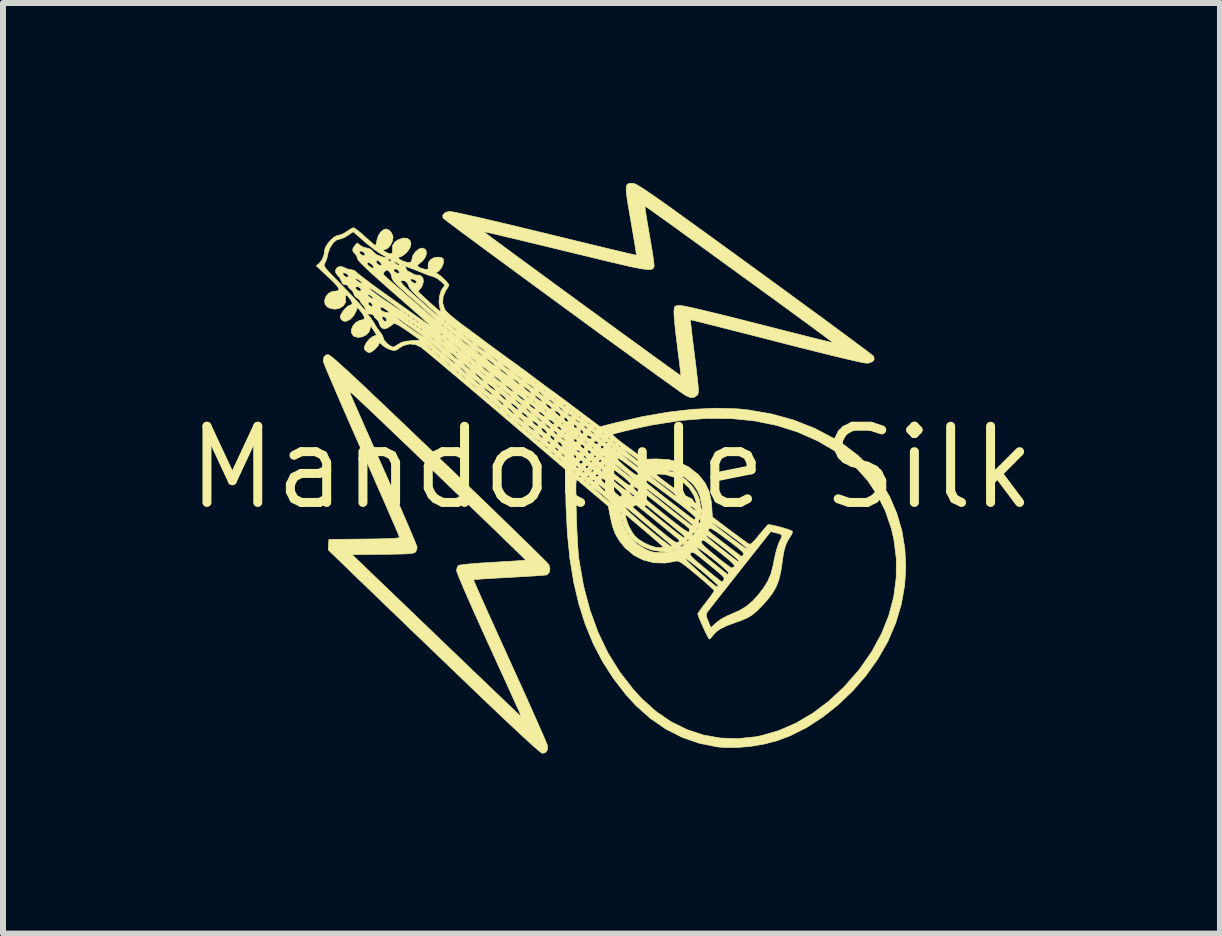
<source format=kicad_pcb>
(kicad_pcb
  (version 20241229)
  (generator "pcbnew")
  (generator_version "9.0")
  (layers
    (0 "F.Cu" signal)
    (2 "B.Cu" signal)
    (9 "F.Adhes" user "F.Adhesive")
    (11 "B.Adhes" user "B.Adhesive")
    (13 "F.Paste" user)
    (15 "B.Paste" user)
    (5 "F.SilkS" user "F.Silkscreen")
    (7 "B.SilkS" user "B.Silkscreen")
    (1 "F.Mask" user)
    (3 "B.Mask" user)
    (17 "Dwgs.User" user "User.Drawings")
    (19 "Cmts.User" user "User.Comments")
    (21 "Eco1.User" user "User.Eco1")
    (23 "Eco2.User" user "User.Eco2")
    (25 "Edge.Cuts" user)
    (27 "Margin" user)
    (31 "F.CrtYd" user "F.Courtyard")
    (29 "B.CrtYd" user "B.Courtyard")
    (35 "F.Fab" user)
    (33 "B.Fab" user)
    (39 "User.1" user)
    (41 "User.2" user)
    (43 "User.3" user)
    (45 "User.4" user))
  (footprint "Mandolule Silk"
    (layer "F.Cu")
    (at 7.143 4.746)
    (property "Reference" "Mandolule Silk" (at 0 0 0) (layer "F.SilkS") (effects (font (size 1.27 1.27) (thickness 0.15))))
    (attr through_hole)
    (fp_poly (pts (xy -4.709 -1.879) (xy -4.685 -1.863) (xy -4.65 -1.836) (xy -4.601 -1.795) (xy -4.538 -1.739) (xy -4.459 -1.668) (xy -4.362 -1.579) (xy -4.246 -1.471) (xy -4.109 -1.342) (xy -3.951 -1.193) (xy -3.769 -1.02) (xy -3.562 -0.823) (xy -3.329 -0.6) (xy -3.068 -0.35) (xy -2.869 -0.159) (xy -2.637 0.064) (xy -2.412 0.28) (xy -2.198 0.486) (xy -1.996 0.681) (xy -1.809 0.863) (xy -1.637 1.029) (xy -1.483 1.179) (xy -1.349 1.31) (xy -1.237 1.421) (xy -1.148 1.509) (xy -1.085 1.572) (xy -1.05 1.609) (xy -1.043 1.618) (xy -1.025 1.682) (xy -1.035 1.74) (xy -1.067 1.781) (xy -1.087 1.789) (xy -1.12 1.792) (xy -1.188 1.798) (xy -1.288 1.805) (xy -1.411 1.812) (xy -1.553 1.821) (xy -1.707 1.829) (xy -1.712 1.83) (xy -1.864 1.838) (xy -2.001 1.846) (xy -2.119 1.853) (xy -2.212 1.86) (xy -2.273 1.865) (xy -2.298 1.868) (xy -2.299 1.868) (xy -2.292 1.888) (xy -2.268 1.944) (xy -2.23 2.032) (xy -2.178 2.149) (xy -2.114 2.292) (xy -2.04 2.458) (xy -1.956 2.643) (xy -1.864 2.846) (xy -1.766 3.062) (xy -1.693 3.224) (xy -1.59 3.45) (xy -1.492 3.665) (xy -1.401 3.868) (xy -1.318 4.054) (xy -1.244 4.22) (xy -1.181 4.363) (xy -1.13 4.479) (xy -1.093 4.565) (xy -1.071 4.619) (xy -1.066 4.635) (xy -1.067 4.703) (xy -1.099 4.748) (xy -1.151 4.762) (xy -1.174 4.749) (xy -1.224 4.709) (xy -1.301 4.642) (xy -1.405 4.548) (xy -1.537 4.425) (xy -1.698 4.275) (xy -1.887 4.096) (xy -2.106 3.888) (xy -2.354 3.651) (xy -2.455 3.553) (xy -2.664 3.353) (xy -2.875 3.15) (xy -3.085 2.948) (xy -3.29 2.752) (xy -3.486 2.563) (xy -3.67 2.386) (xy -3.839 2.223) (xy -3.987 2.08) (xy -4.113 1.959) (xy -4.213 1.863) (xy -4.219 1.857) (xy -4.722 1.37) (xy -4.716 1.283) (xy -4.71 1.196) (xy -4.122 1.19) (xy -3.938 1.188) (xy -3.793 1.185) (xy -3.684 1.181) (xy -3.607 1.177) (xy -3.559 1.171) (xy -3.537 1.163) (xy -3.535 1.159) (xy -3.543 1.136) (xy -3.567 1.077) (xy -3.606 0.986) (xy -3.658 0.866) (xy -3.722 0.719) (xy -3.796 0.548) (xy -3.88 0.358) (xy -3.971 0.15) (xy -4.069 -0.071) (xy -4.17 -0.3) (xy -4.273 -0.533) (xy -4.371 -0.755) (xy -4.462 -0.963) (xy -4.545 -1.155) (xy -4.586 -1.25) (xy -4.359 -1.25) (xy -4.352 -1.227) (xy -4.342 -1.203) (xy -4.326 -1.168) (xy -4.295 -1.097) (xy -4.25 -0.995) (xy -4.193 -0.865) (xy -4.125 -0.711) (xy -4.048 -0.537) (xy -3.963 -0.345) (xy -3.873 -0.141) (xy -3.778 0.074) (xy -3.77 0.09) (xy -3.676 0.303) (xy -3.588 0.505) (xy -3.506 0.693) (xy -3.432 0.863) (xy -3.368 1.012) (xy -3.315 1.137) (xy -3.275 1.233) (xy -3.249 1.298) (xy -3.239 1.329) (xy -3.239 1.33) (xy -3.251 1.378) (xy -3.265 1.403) (xy -3.277 1.415) (xy -3.299 1.423) (xy -3.336 1.43) (xy -3.392 1.435) (xy -3.474 1.439) (xy -3.585 1.441) (xy -3.731 1.444) (xy -3.807 1.444) (xy -4.323 1.45) (xy -2.918 2.799) (xy -2.714 2.995) (xy -2.518 3.183) (xy -2.334 3.36) (xy -2.162 3.524) (xy -2.006 3.674) (xy -1.867 3.806) (xy -1.748 3.921) (xy -1.65 4.014) (xy -1.576 4.084) (xy -1.528 4.129) (xy -1.508 4.148) (xy -1.508 4.148) (xy -1.511 4.131) (xy -1.527 4.09) (xy -1.532 4.08) (xy -1.546 4.048) (xy -1.576 3.982) (xy -1.62 3.884) (xy -1.677 3.759) (xy -1.744 3.61) (xy -1.821 3.441) (xy -1.906 3.256) (xy -1.996 3.057) (xy -2.072 2.892) (xy -2.165 2.686) (xy -2.253 2.491) (xy -2.334 2.31) (xy -2.406 2.146) (xy -2.468 2.003) (xy -2.518 1.884) (xy -2.555 1.794) (xy -2.577 1.736) (xy -2.582 1.715) (xy -2.572 1.663) (xy -2.553 1.632) (xy -2.523 1.623) (xy -2.453 1.613) (xy -2.349 1.603) (xy -2.213 1.592) (xy -2.049 1.582) (xy -1.979 1.578) (xy -1.832 1.569) (xy -1.7 1.561) (xy -1.588 1.554) (xy -1.501 1.548) (xy -1.447 1.543) (xy -1.429 1.541) (xy -1.444 1.526) (xy -1.486 1.484) (xy -1.553 1.418) (xy -1.644 1.33) (xy -1.755 1.222) (xy -1.883 1.098) (xy -2.027 0.959) (xy -2.184 0.808) (xy -2.35 0.648) (xy -2.524 0.481) (xy -2.703 0.309) (xy -2.884 0.135) (xy -3.065 -0.039) (xy -3.243 -0.21) (xy -3.416 -0.376) (xy -3.581 -0.533) (xy -3.735 -0.681) (xy -3.876 -0.816) (xy -4.002 -0.936) (xy -4.11 -1.038) (xy -4.139 -1.065) (xy -4.23 -1.151) (xy -4.293 -1.209) (xy -4.334 -1.244) (xy -4.354 -1.257) (xy -4.359 -1.25) (xy -4.586 -1.25) (xy -4.619 -1.327) (xy -4.683 -1.475) (xy -4.735 -1.597) (xy -4.773 -1.69) (xy -4.797 -1.751) (xy -4.805 -1.775) (xy -4.794 -1.843) (xy -4.76 -1.878) (xy -4.723 -1.884) (xy -4.709 -1.879)) (stroke (width 0.01) (type solid)) (fill yes) (layer "F.SilkS"))
    (fp_poly (pts (xy 0.357 -4.74) (xy 0.372 -4.738) (xy 0.393 -4.731) (xy 0.422 -4.716) (xy 0.46 -4.694) (xy 0.51 -4.663) (xy 0.573 -4.622) (xy 0.652 -4.568) (xy 0.748 -4.502) (xy 0.863 -4.421) (xy 0.999 -4.324) (xy 1.157 -4.21) (xy 1.34 -4.078) (xy 1.55 -3.927) (xy 1.788 -3.754) (xy 2.057 -3.559) (xy 2.357 -3.341) (xy 2.39 -3.317) (xy 2.646 -3.13) (xy 2.893 -2.95) (xy 3.128 -2.778) (xy 3.35 -2.616) (xy 3.556 -2.465) (xy 3.743 -2.327) (xy 3.91 -2.204) (xy 4.055 -2.096) (xy 4.175 -2.007) (xy 4.268 -1.937) (xy 4.332 -1.888) (xy 4.365 -1.861) (xy 4.369 -1.857) (xy 4.381 -1.809) (xy 4.355 -1.77) (xy 4.298 -1.746) (xy 4.263 -1.741) (xy 4.225 -1.745) (xy 4.147 -1.76) (xy 4.031 -1.786) (xy 3.879 -1.821) (xy 3.692 -1.866) (xy 3.471 -1.921) (xy 3.218 -1.984) (xy 2.934 -2.056) (xy 2.752 -2.103) (xy 2.514 -2.164) (xy 2.288 -2.222) (xy 2.077 -2.275) (xy 1.886 -2.324) (xy 1.717 -2.367) (xy 1.573 -2.403) (xy 1.458 -2.432) (xy 1.375 -2.452) (xy 1.327 -2.463) (xy 1.317 -2.465) (xy 1.318 -2.444) (xy 1.324 -2.386) (xy 1.334 -2.297) (xy 1.347 -2.181) (xy 1.364 -2.045) (xy 1.383 -1.893) (xy 1.388 -1.853) (xy 1.41 -1.677) (xy 1.426 -1.538) (xy 1.438 -1.432) (xy 1.446 -1.353) (xy 1.449 -1.297) (xy 1.448 -1.258) (xy 1.444 -1.233) (xy 1.436 -1.216) (xy 1.427 -1.205) (xy 1.373 -1.17) (xy 1.306 -1.172) (xy 1.233 -1.206) (xy 1.197 -1.23) (xy 1.131 -1.276) (xy 1.038 -1.343) (xy 0.919 -1.428) (xy 0.778 -1.529) (xy 0.617 -1.646) (xy 0.439 -1.775) (xy 0.246 -1.916) (xy 0.04 -2.065) (xy -0.175 -2.222) (xy -0.396 -2.383) (xy -0.623 -2.549) (xy -0.851 -2.716) (xy -1.078 -2.882) (xy -1.303 -3.047) (xy -1.521 -3.207) (xy -1.73 -3.361) (xy -1.929 -3.507) (xy -2.114 -3.643) (xy -2.283 -3.768) (xy -2.433 -3.879) (xy -2.506 -3.933) (xy -2.127 -3.933) (xy -2.112 -3.92) (xy -2.064 -3.885) (xy -1.989 -3.828) (xy -1.887 -3.753) (xy -1.763 -3.661) (xy -1.619 -3.555) (xy -1.457 -3.436) (xy -1.281 -3.307) (xy -1.094 -3.17) (xy -0.898 -3.026) (xy -0.697 -2.879) (xy -0.492 -2.729) (xy -0.287 -2.58) (xy -0.085 -2.432) (xy 0.111 -2.289) (xy 0.299 -2.152) (xy 0.476 -2.024) (xy 0.638 -1.906) (xy 0.784 -1.8) (xy 0.91 -1.709) (xy 1.013 -1.635) (xy 1.09 -1.579) (xy 1.139 -1.545) (xy 1.157 -1.533) (xy 1.157 -1.533) (xy 1.156 -1.554) (xy 1.15 -1.611) (xy 1.139 -1.698) (xy 1.126 -1.809) (xy 1.109 -1.939) (xy 1.099 -2.022) (xy 1.081 -2.167) (xy 1.065 -2.303) (xy 1.053 -2.423) (xy 1.045 -2.52) (xy 1.042 -2.585) (xy 1.042 -2.603) (xy 1.047 -2.662) (xy 1.061 -2.691) (xy 1.094 -2.701) (xy 1.132 -2.704) (xy 1.174 -2.7) (xy 1.255 -2.685) (xy 1.375 -2.659) (xy 1.533 -2.622) (xy 1.728 -2.575) (xy 1.959 -2.518) (xy 2.226 -2.451) (xy 2.455 -2.393) (xy 2.676 -2.337) (xy 2.884 -2.283) (xy 3.077 -2.235) (xy 3.25 -2.191) (xy 3.4 -2.153) (xy 3.523 -2.123) (xy 3.616 -2.1) (xy 3.675 -2.086) (xy 3.697 -2.082) (xy 3.697 -2.082) (xy 3.681 -2.094) (xy 3.634 -2.13) (xy 3.557 -2.187) (xy 3.454 -2.263) (xy 3.327 -2.357) (xy 3.179 -2.465) (xy 3.012 -2.587) (xy 2.829 -2.721) (xy 2.632 -2.864) (xy 2.424 -3.015) (xy 2.377 -3.049) (xy 2.089 -3.258) (xy 1.833 -3.444) (xy 1.607 -3.608) (xy 1.41 -3.751) (xy 1.239 -3.875) (xy 1.093 -3.981) (xy 0.969 -4.07) (xy 0.866 -4.144) (xy 0.782 -4.204) (xy 0.715 -4.252) (xy 0.663 -4.289) (xy 0.624 -4.316) (xy 0.597 -4.335) (xy 0.578 -4.346) (xy 0.567 -4.353) (xy 0.561 -4.355) (xy 0.558 -4.354) (xy 0.56 -4.332) (xy 0.568 -4.274) (xy 0.581 -4.187) (xy 0.6 -4.075) (xy 0.622 -3.945) (xy 0.636 -3.864) (xy 0.66 -3.725) (xy 0.681 -3.599) (xy 0.697 -3.493) (xy 0.707 -3.412) (xy 0.711 -3.363) (xy 0.711 -3.352) (xy 0.703 -3.334) (xy 0.693 -3.32) (xy 0.677 -3.309) (xy 0.653 -3.303) (xy 0.617 -3.302) (xy 0.567 -3.306) (xy 0.5 -3.316) (xy 0.413 -3.332) (xy 0.303 -3.355) (xy 0.167 -3.386) (xy 0.002 -3.425) (xy -0.194 -3.472) (xy -0.425 -3.528) (xy -0.694 -3.593) (xy -0.76 -3.609) (xy -0.992 -3.666) (xy -1.213 -3.719) (xy -1.417 -3.768) (xy -1.602 -3.813) (xy -1.765 -3.851) (xy -1.902 -3.884) (xy -2.01 -3.909) (xy -2.084 -3.925) (xy -2.123 -3.933) (xy -2.127 -3.933) (xy -2.506 -3.933) (xy -2.561 -3.975) (xy -2.666 -4.053) (xy -2.744 -4.112) (xy -2.792 -4.15) (xy -2.81 -4.165) (xy -2.81 -4.213) (xy -2.774 -4.251) (xy -2.71 -4.271) (xy -2.704 -4.272) (xy -2.67 -4.268) (xy -2.596 -4.254) (xy -2.487 -4.231) (xy -2.344 -4.199) (xy -2.169 -4.16) (xy -1.965 -4.112) (xy -1.735 -4.058) (xy -1.481 -3.997) (xy -1.204 -3.93) (xy -1.109 -3.907) (xy -0.863 -3.847) (xy -0.629 -3.79) (xy -0.411 -3.737) (xy -0.211 -3.689) (xy -0.033 -3.646) (xy 0.12 -3.61) (xy 0.244 -3.58) (xy 0.337 -3.559) (xy 0.396 -3.546) (xy 0.416 -3.542) (xy 0.414 -3.564) (xy 0.406 -3.621) (xy 0.392 -3.71) (xy 0.373 -3.824) (xy 0.35 -3.958) (xy 0.325 -4.106) (xy 0.324 -4.111) (xy 0.293 -4.29) (xy 0.269 -4.431) (xy 0.254 -4.539) (xy 0.246 -4.619) (xy 0.247 -4.674) (xy 0.256 -4.71) (xy 0.274 -4.73) (xy 0.301 -4.739) (xy 0.337 -4.741) (xy 0.357 -4.74)) (stroke (width 0.01) (type solid)) (fill yes) (layer "F.SilkS"))
    (fp_poly (pts (xy -4.274 -3.987) (xy -4.224 -3.95) (xy -4.16 -3.896) (xy -4.111 -3.852) (xy -4.043 -3.791) (xy -3.986 -3.742) (xy -3.948 -3.711) (xy -3.936 -3.704) (xy -3.925 -3.723) (xy -3.913 -3.77) (xy -3.909 -3.794) (xy -3.886 -3.868) (xy -3.844 -3.931) (xy -3.791 -3.971) (xy -3.756 -3.979) (xy -3.71 -3.961) (xy -3.668 -3.916) (xy -3.643 -3.859) (xy -3.641 -3.836) (xy -3.654 -3.769) (xy -3.688 -3.704) (xy -3.733 -3.655) (xy -3.771 -3.637) (xy -3.802 -3.631) (xy -3.801 -3.62) (xy -3.767 -3.596) (xy -3.76 -3.591) (xy -3.701 -3.565) (xy -3.661 -3.569) (xy -3.646 -3.603) (xy -3.65 -3.631) (xy -3.648 -3.703) (xy -3.607 -3.765) (xy -3.556 -3.799) (xy -3.472 -3.828) (xy -3.405 -3.823) (xy -3.36 -3.791) (xy -3.342 -3.739) (xy -3.355 -3.673) (xy -3.402 -3.6) (xy -3.416 -3.586) (xy -3.466 -3.543) (xy -3.508 -3.517) (xy -3.522 -3.514) (xy -3.554 -3.507) (xy -3.55 -3.488) (xy -3.514 -3.462) (xy -3.459 -3.438) (xy -3.388 -3.417) (xy -3.346 -3.425) (xy -3.326 -3.462) (xy -3.323 -3.496) (xy -3.31 -3.534) (xy -3.278 -3.585) (xy -3.268 -3.597) (xy -3.211 -3.645) (xy -3.155 -3.661) (xy -3.108 -3.643) (xy -3.09 -3.62) (xy -3.083 -3.566) (xy -3.106 -3.503) (xy -3.152 -3.443) (xy -3.186 -3.416) (xy -3.229 -3.382) (xy -3.231 -3.356) (xy -3.194 -3.333) (xy -3.172 -3.325) (xy -3.102 -3.305) (xy -3.064 -3.305) (xy -3.053 -3.328) (xy -3.057 -3.355) (xy -3.053 -3.416) (xy -3.016 -3.467) (xy -2.956 -3.501) (xy -2.884 -3.51) (xy -2.828 -3.5) (xy -2.803 -3.477) (xy -2.798 -3.457) (xy -2.805 -3.395) (xy -2.836 -3.328) (xy -2.881 -3.276) (xy -2.906 -3.26) (xy -2.934 -3.246) (xy -2.922 -3.24) (xy -2.917 -3.24) (xy -2.887 -3.225) (xy -2.841 -3.189) (xy -2.79 -3.142) (xy -2.744 -3.095) (xy -2.715 -3.057) (xy -2.71 -3.044) (xy -2.72 -3.018) (xy -2.748 -2.973) (xy -2.762 -2.951) (xy -2.806 -2.852) (xy -2.813 -2.747) (xy -2.782 -2.646) (xy -2.774 -2.631) (xy -2.742 -2.594) (xy -2.683 -2.539) (xy -2.604 -2.474) (xy -2.513 -2.403) (xy -2.483 -2.38) (xy -2.389 -2.312) (xy -2.304 -2.249) (xy -2.234 -2.198) (xy -2.189 -2.164) (xy -2.18 -2.157) (xy -2.116 -2.109) (xy -2.031 -2.045) (xy -1.934 -1.974) (xy -1.835 -1.901) (xy -1.743 -1.834) (xy -1.667 -1.78) (xy -1.62 -1.746) (xy -1.57 -1.71) (xy -1.495 -1.655) (xy -1.404 -1.588) (xy -1.307 -1.515) (xy -1.277 -1.492) (xy -1.186 -1.424) (xy -1.104 -1.363) (xy -1.04 -1.315) (xy -1 -1.286) (xy -0.992 -1.281) (xy -0.962 -1.26) (xy -0.906 -1.219) (xy -0.835 -1.166) (xy -0.775 -1.122) (xy -0.677 -1.048) (xy -0.562 -0.962) (xy -0.449 -0.877) (xy -0.39 -0.833) (xy -0.189 -0.682) (xy 0.048 -0.743) (xy 0.507 -0.849) (xy 0.943 -0.925) (xy 1.355 -0.973) (xy 1.741 -0.991) (xy 2.1 -0.981) (xy 2.276 -0.963) (xy 2.666 -0.896) (xy 3.034 -0.795) (xy 3.382 -0.658) (xy 3.714 -0.484) (xy 3.873 -0.384) (xy 4.111 -0.203) (xy 4.319 0.007) (xy 4.497 0.241) (xy 4.644 0.495) (xy 4.759 0.768) (xy 4.842 1.054) (xy 4.891 1.352) (xy 4.907 1.657) (xy 4.887 1.966) (xy 4.832 2.276) (xy 4.741 2.583) (xy 4.613 2.885) (xy 4.602 2.908) (xy 4.438 3.193) (xy 4.244 3.465) (xy 4.024 3.719) (xy 3.782 3.951) (xy 3.524 4.156) (xy 3.255 4.331) (xy 2.978 4.47) (xy 2.773 4.548) (xy 2.557 4.605) (xy 2.327 4.645) (xy 2.096 4.665) (xy 1.879 4.665) (xy 1.767 4.655) (xy 1.466 4.595) (xy 1.178 4.495) (xy 0.904 4.356) (xy 0.646 4.178) (xy 0.404 3.962) (xy 0.238 3.78) (xy 0.032 3.513) (xy -0.149 3.231) (xy -0.304 2.933) (xy -0.435 2.615) (xy -0.543 2.275) (xy -0.629 1.91) (xy -0.693 1.517) (xy -0.735 1.093) (xy -0.758 0.636) (xy -0.762 0.37) (xy -0.593 0.37) (xy -0.591 0.476) (xy -0.589 0.617) (xy -0.586 0.741) (xy -0.581 0.926) (xy -0.573 1.106) (xy -0.564 1.27) (xy -0.554 1.412) (xy -0.543 1.522) (xy -0.54 1.545) (xy -0.464 1.976) (xy -0.358 2.376) (xy -0.222 2.748) (xy -0.056 3.093) (xy 0.141 3.41) (xy 0.369 3.703) (xy 0.515 3.86) (xy 0.747 4.067) (xy 0.995 4.236) (xy 1.258 4.366) (xy 1.532 4.457) (xy 1.816 4.507) (xy 2.107 4.517) (xy 2.405 4.486) (xy 2.498 4.467) (xy 2.792 4.382) (xy 3.08 4.256) (xy 3.359 4.091) (xy 3.627 3.889) (xy 3.881 3.651) (xy 4.119 3.38) (xy 4.14 3.353) (xy 4.34 3.066) (xy 4.502 2.768) (xy 4.624 2.462) (xy 4.706 2.149) (xy 4.747 1.832) (xy 4.748 1.512) (xy 4.707 1.193) (xy 4.667 1.018) (xy 4.568 0.726) (xy 4.433 0.455) (xy 4.265 0.208) (xy 4.066 -0.013) (xy 3.836 -0.205) (xy 3.757 -0.26) (xy 3.44 -0.445) (xy 3.106 -0.593) (xy 2.754 -0.705) (xy 2.384 -0.78) (xy 1.995 -0.819) (xy 1.586 -0.821) (xy 1.156 -0.787) (xy 0.706 -0.716) (xy 0.656 -0.707) (xy 0.541 -0.683) (xy 0.421 -0.657) (xy 0.304 -0.63) (xy 0.198 -0.605) (xy 0.11 -0.582) (xy 0.047 -0.565) (xy 0.018 -0.554) (xy 0.017 -0.553) (xy 0.028 -0.537) (xy 0.069 -0.5) (xy 0.132 -0.448) (xy 0.215 -0.385) (xy 0.276 -0.34) (xy 0.548 -0.14) (xy 0.746 -0.146) (xy 0.949 -0.135) (xy 1.13 -0.09) (xy 1.292 -0.009) (xy 1.441 0.109) (xy 1.464 0.133) (xy 1.561 0.255) (xy 1.626 0.393) (xy 1.663 0.556) (xy 1.671 0.639) (xy 1.683 0.823) (xy 1.968 1.038) (xy 2.066 1.11) (xy 2.153 1.175) (xy 2.224 1.226) (xy 2.273 1.261) (xy 2.29 1.272) (xy 2.312 1.275) (xy 2.34 1.259) (xy 2.38 1.22) (xy 2.438 1.152) (xy 2.458 1.127) (xy 2.517 1.056) (xy 2.566 0.998) (xy 2.599 0.96) (xy 2.61 0.95) (xy 2.636 0.95) (xy 2.692 0.961) (xy 2.766 0.978) (xy 2.846 0.999) (xy 2.921 1.022) (xy 2.98 1.043) (xy 3.013 1.058) (xy 3.014 1.059) (xy 3.015 1.086) (xy 2.994 1.13) (xy 2.99 1.136) (xy 2.941 1.213) (xy 2.905 1.291) (xy 2.878 1.38) (xy 2.858 1.492) (xy 2.847 1.573) (xy 2.822 1.74) (xy 2.789 1.876) (xy 2.743 1.992) (xy 2.679 2.101) (xy 2.592 2.213) (xy 2.5 2.313) (xy 2.419 2.394) (xy 2.347 2.454) (xy 2.269 2.501) (xy 2.174 2.543) (xy 2.064 2.582) (xy 1.927 2.633) (xy 1.825 2.681) (xy 1.751 2.732) (xy 1.697 2.789) (xy 1.692 2.795) (xy 1.659 2.837) (xy 1.634 2.857) (xy 1.631 2.857) (xy 1.617 2.84) (xy 1.592 2.792) (xy 1.559 2.725) (xy 1.524 2.648) (xy 1.49 2.571) (xy 1.461 2.503) (xy 1.443 2.454) (xy 1.44 2.44) (xy 1.581 2.44) (xy 1.582 2.476) (xy 1.601 2.531) (xy 1.612 2.559) (xy 1.657 2.667) (xy 1.745 2.586) (xy 1.822 2.528) (xy 1.922 2.474) (xy 1.982 2.448) (xy 2.132 2.383) (xy 2.252 2.31) (xy 2.358 2.219) (xy 2.445 2.124) (xy 2.54 2) (xy 2.609 1.886) (xy 2.659 1.768) (xy 2.695 1.629) (xy 2.71 1.55) (xy 2.736 1.429) (xy 2.767 1.319) (xy 2.798 1.236) (xy 2.804 1.225) (xy 2.834 1.166) (xy 2.842 1.132) (xy 2.823 1.111) (xy 2.771 1.094) (xy 2.73 1.084) (xy 2.656 1.065) (xy 2.14 1.717) (xy 2.025 1.863) (xy 1.918 1.999) (xy 1.821 2.122) (xy 1.737 2.228) (xy 1.67 2.314) (xy 1.623 2.375) (xy 1.598 2.407) (xy 1.595 2.411) (xy 1.581 2.44) (xy 1.44 2.44) (xy 1.439 2.436) (xy 1.452 2.414) (xy 1.485 2.366) (xy 1.534 2.3) (xy 1.577 2.244) (xy 1.634 2.17) (xy 1.679 2.108) (xy 1.707 2.066) (xy 1.714 2.051) (xy 1.699 2.033) (xy 1.656 1.993) (xy 1.591 1.934) (xy 1.509 1.863) (xy 1.423 1.79) (xy 1.311 1.696) (xy 1.225 1.628) (xy 1.163 1.584) (xy 1.12 1.561) (xy 1.093 1.555) (xy 1.09 1.556) (xy 0.897 1.59) (xy 0.711 1.585) (xy 0.536 1.541) (xy 0.469 1.508) (xy 1.224 1.508) (xy 1.233 1.523) (xy 1.267 1.559) (xy 1.322 1.613) (xy 1.391 1.677) (xy 1.468 1.747) (xy 1.547 1.816) (xy 1.622 1.881) (xy 1.687 1.935) (xy 1.735 1.972) (xy 1.761 1.988) (xy 1.762 1.988) (xy 1.778 1.974) (xy 1.778 1.97) (xy 1.763 1.949) (xy 1.72 1.907) (xy 1.658 1.851) (xy 1.583 1.785) (xy 1.501 1.716) (xy 1.419 1.649) (xy 1.344 1.589) (xy 1.282 1.542) (xy 1.239 1.513) (xy 1.224 1.508) (xy 0.469 1.508) (xy 0.376 1.461) (xy 0.346 1.436) (xy 1.312 1.436) (xy 1.316 1.455) (xy 1.336 1.482) (xy 1.377 1.523) (xy 1.442 1.58) (xy 1.535 1.659) (xy 1.559 1.679) (xy 1.649 1.754) (xy 1.729 1.819) (xy 1.791 1.868) (xy 1.831 1.898) (xy 1.843 1.905) (xy 1.862 1.888) (xy 1.872 1.868) (xy 1.877 1.854) (xy 1.876 1.839) (xy 1.865 1.821) (xy 1.84 1.795) (xy 1.798 1.756) (xy 1.734 1.702) (xy 1.645 1.629) (xy 1.549 1.551) (xy 1.465 1.483) (xy 1.407 1.439) (xy 1.368 1.416) (xy 1.343 1.41) (xy 1.325 1.418) (xy 1.321 1.422) (xy 1.312 1.436) (xy 0.346 1.436) (xy 0.235 1.344) (xy 0.219 1.326) (xy 0.129 1.215) (xy 0.082 1.134) (xy 0.286 1.134) (xy 0.359 1.213) (xy 0.42 1.267) (xy 0.499 1.322) (xy 0.559 1.355) (xy 0.637 1.391) (xy 0.705 1.409) (xy 0.783 1.415) (xy 0.834 1.415) (xy 0.984 1.412) (xy 0.826 1.398) (xy 0.67 1.371) (xy 1.025 1.371) (xy 1.046 1.374) (xy 1.073 1.37) (xy 1.074 1.363) (xy 1.045 1.358) (xy 1.033 1.361) (xy 1.025 1.371) (xy 0.67 1.371) (xy 0.658 1.369) (xy 0.514 1.311) (xy 0.384 1.22) (xy 0.378 1.215) (xy 0.286 1.134) (xy 0.082 1.134) (xy 0.064 1.101) (xy 0.058 1.086) (xy 0.257 1.086) (xy 0.263 1.097) (xy 0.284 1.12) (xy 0.296 1.115) (xy 0.296 1.112) (xy 0.281 1.095) (xy 0.272 1.088) (xy 0.257 1.086) (xy 0.058 1.086) (xy 0.044 1.048) (xy 0.233 1.048) (xy 0.243 1.058) (xy 0.254 1.048) (xy 0.243 1.037) (xy 0.233 1.048) (xy 0.044 1.048) (xy 0.028 1.005) (xy 0.212 1.005) (xy 0.222 1.016) (xy 0.233 1.005) (xy 0.222 0.995) (xy 0.212 1.005) (xy 0.028 1.005) (xy 0.016 0.971) (xy 0.012 0.953) (xy 0.191 0.953) (xy 0.198 0.97) (xy 0.205 0.967) (xy 0.207 0.941) (xy 0.205 0.938) (xy 0.192 0.941) (xy 0.191 0.953) (xy 0.012 0.953) (xy -0.006 0.877) (xy 0.171 0.877) (xy 0.175 0.904) (xy 0.182 0.904) (xy 0.187 0.876) (xy 0.184 0.864) (xy 0.174 0.856) (xy 0.171 0.877) (xy -0.006 0.877) (xy -0.017 0.829) (xy -0.03 0.762) (xy 0.152 0.762) (xy 0.155 0.792) (xy 0.162 0.788) (xy 0.163 0.773) (xy 0.228 0.773) (xy 0.244 0.847) (xy 0.285 0.968) (xy 0.353 1.088) (xy 0.391 1.139) (xy 0.455 1.196) (xy 0.542 1.251) (xy 0.639 1.296) (xy 0.731 1.326) (xy 0.787 1.333) (xy 0.838 1.332) (xy 0.843 1.331) (xy 1.422 1.331) (xy 1.43 1.349) (xy 1.466 1.388) (xy 1.528 1.446) (xy 1.612 1.519) (xy 1.664 1.562) (xy 1.754 1.634) (xy 1.831 1.697) (xy 1.891 1.744) (xy 1.928 1.772) (xy 1.937 1.778) (xy 1.954 1.763) (xy 1.956 1.759) (xy 1.945 1.74) (xy 1.907 1.7) (xy 1.848 1.647) (xy 1.775 1.585) (xy 1.695 1.52) (xy 1.614 1.456) (xy 1.539 1.401) (xy 1.478 1.358) (xy 1.436 1.334) (xy 1.422 1.331) (xy 0.843 1.331) (xy 0.866 1.327) (xy 0.868 1.326) (xy 0.857 1.315) (xy 1.143 1.315) (xy 1.158 1.32) (xy 1.184 1.308) (xy 1.214 1.286) (xy 1.219 1.276) (xy 1.195 1.276) (xy 1.162 1.292) (xy 1.143 1.313) (xy 1.143 1.315) (xy 0.857 1.315) (xy 0.853 1.31) (xy 0.81 1.272) (xy 0.746 1.216) (xy 0.665 1.146) (xy 0.598 1.089) (xy 0.504 1.009) (xy 0.418 0.936) (xy 0.346 0.875) (xy 0.296 0.832) (xy 0.278 0.816) (xy 0.228 0.773) (xy 0.163 0.773) (xy 0.165 0.745) (xy 0.162 0.736) (xy 0.154 0.733) (xy 0.152 0.762) (xy -0.03 0.762) (xy -0.047 0.672) (xy 0.233 0.672) (xy 0.248 0.693) (xy 0.291 0.735) (xy 0.356 0.795) (xy 0.437 0.866) (xy 0.529 0.945) (xy 0.626 1.027) (xy 0.721 1.106) (xy 0.811 1.179) (xy 0.889 1.24) (xy 0.949 1.285) (xy 0.985 1.31) (xy 0.993 1.312) (xy 1.011 1.304) (xy 1.004 1.295) (xy 0.975 1.27) (xy 0.92 1.224) (xy 0.846 1.161) (xy 0.759 1.088) (xy 0.663 1.008) (xy 0.567 0.927) (xy 0.474 0.85) (xy 0.392 0.781) (xy 0.327 0.727) (xy 0.284 0.691) (xy 0.27 0.68) (xy 0.241 0.665) (xy 0.233 0.672) (xy -0.047 0.672) (xy -0.053 0.641) (xy -0.286 0.444) (xy -0.373 0.371) (xy -0.405 0.343) (xy -0.296 0.343) (xy -0.294 0.346) (xy -0.269 0.371) (xy -0.222 0.412) (xy -0.163 0.464) (xy -0.099 0.519) (xy -0.038 0.57) (xy 0.01 0.61) (xy 0.039 0.632) (xy 0.042 0.634) (xy 0.033 0.62) (xy 0.027 0.614) (xy 0.148 0.614) (xy 0.156 0.631) (xy 0.162 0.628) (xy 0.165 0.603) (xy 0.162 0.6) (xy 0.15 0.603) (xy 0.148 0.614) (xy 0.027 0.614) (xy -0.001 0.586) (xy -0.03 0.558) (xy 0.253 0.558) (xy 0.254 0.566) (xy 0.271 0.583) (xy 0.315 0.624) (xy 0.383 0.684) (xy 0.471 0.76) (xy 0.573 0.848) (xy 0.663 0.924) (xy 0.791 1.031) (xy 0.891 1.113) (xy 0.967 1.173) (xy 1.023 1.214) (xy 1.062 1.238) (xy 1.088 1.247) (xy 1.106 1.246) (xy 1.108 1.245) (xy 1.118 1.237) (xy 1.496 1.237) (xy 1.507 1.264) (xy 1.554 1.315) (xy 1.636 1.389) (xy 1.732 1.468) (xy 1.819 1.539) (xy 1.897 1.598) (xy 1.957 1.643) (xy 1.994 1.667) (xy 2.001 1.671) (xy 2.035 1.659) (xy 2.048 1.648) (xy 2.049 1.631) (xy 2.029 1.602) (xy 1.983 1.558) (xy 1.909 1.495) (xy 1.81 1.415) (xy 1.719 1.344) (xy 1.639 1.283) (xy 1.577 1.237) (xy 1.537 1.211) (xy 1.527 1.206) (xy 1.503 1.223) (xy 1.496 1.237) (xy 1.118 1.237) (xy 1.135 1.224) (xy 1.126 1.206) (xy 1.259 1.206) (xy 1.261 1.226) (xy 1.269 1.228) (xy 1.29 1.212) (xy 1.291 1.206) (xy 1.284 1.186) (xy 1.282 1.185) (xy 1.264 1.2) (xy 1.259 1.206) (xy 1.126 1.206) (xy 1.124 1.202) (xy 1.119 1.197) (xy 1.095 1.177) (xy 1.043 1.134) (xy 0.968 1.072) (xy 0.875 0.995) (xy 0.768 0.907) (xy 0.679 0.834) (xy 0.545 0.726) (xy 0.441 0.644) (xy 0.363 0.586) (xy 0.308 0.55) (xy 0.273 0.535) (xy 0.256 0.538) (xy 0.253 0.558) (xy -0.03 0.558) (xy -0.052 0.537) (xy -0.064 0.526) (xy -0.117 0.479) (xy -0.174 0.431) (xy -0.227 0.388) (xy -0.27 0.356) (xy -0.295 0.339) (xy -0.296 0.343) (xy -0.405 0.343) (xy -0.451 0.305) (xy -0.503 0.26) (xy -0.378 0.26) (xy -0.372 0.272) (xy -0.351 0.295) (xy -0.339 0.29) (xy -0.339 0.287) (xy -0.354 0.269) (xy -0.354 0.269) (xy -0.233 0.269) (xy -0.219 0.292) (xy -0.18 0.333) (xy -0.125 0.385) (xy -0.064 0.441) (xy -0.004 0.492) (xy 0.046 0.531) (xy 0.076 0.549) (xy 0.079 0.55) (xy 0.104 0.546) (xy 0.106 0.543) (xy 0.091 0.526) (xy 0.052 0.491) (xy -0.003 0.444) (xy -0.066 0.393) (xy -0.128 0.343) (xy -0.182 0.302) (xy -0.22 0.275) (xy -0.233 0.269) (xy -0.354 0.269) (xy -0.363 0.263) (xy -0.378 0.26) (xy -0.503 0.26) (xy -0.513 0.252) (xy -0.552 0.219) (xy -0.558 0.214) (xy -0.57 0.205) (xy -0.579 0.204) (xy -0.586 0.216) (xy -0.59 0.244) (xy -0.592 0.294) (xy -0.593 0.37) (xy -0.762 0.37) (xy -0.762 0.339) (xy -0.763 0.197) (xy -0.462 0.197) (xy -0.457 0.208) (xy -0.436 0.231) (xy -0.424 0.226) (xy -0.423 0.223) (xy -0.434 0.21) (xy -0.318 0.21) (xy -0.302 0.232) (xy -0.296 0.233) (xy -0.276 0.226) (xy -0.275 0.223) (xy -0.29 0.205) (xy -0.296 0.201) (xy -0.316 0.203) (xy -0.318 0.21) (xy -0.434 0.21) (xy -0.438 0.206) (xy -0.448 0.199) (xy -0.45 0.199) (xy -0.172 0.199) (xy -0.158 0.219) (xy -0.12 0.258) (xy -0.065 0.309) (xy -0.003 0.364) (xy 0.058 0.417) (xy 0.109 0.459) (xy 0.144 0.483) (xy 0.151 0.486) (xy 0.17 0.47) (xy 0.176 0.459) (xy 0.165 0.432) (xy 0.139 0.403) (xy 0.297 0.403) (xy 0.299 0.42) (xy 0.317 0.441) (xy 0.363 0.484) (xy 0.431 0.544) (xy 0.516 0.617) (xy 0.613 0.699) (xy 0.717 0.785) (xy 0.823 0.872) (xy 0.926 0.955) (xy 1.02 1.03) (xy 1.101 1.094) (xy 1.164 1.14) (xy 1.202 1.167) (xy 1.212 1.171) (xy 1.219 1.148) (xy 1.216 1.141) (xy 1.214 1.139) (xy 1.34 1.139) (xy 1.342 1.143) (xy 1.358 1.13) (xy 1.572 1.13) (xy 1.598 1.16) (xy 1.625 1.184) (xy 1.677 1.227) (xy 1.744 1.282) (xy 1.822 1.344) (xy 1.903 1.408) (xy 1.979 1.467) (xy 2.043 1.517) (xy 2.09 1.552) (xy 2.111 1.566) (xy 2.111 1.566) (xy 2.117 1.55) (xy 2.117 1.547) (xy 2.101 1.527) (xy 2.057 1.488) (xy 1.991 1.432) (xy 1.909 1.366) (xy 1.862 1.33) (xy 1.749 1.243) (xy 1.662 1.179) (xy 1.603 1.138) (xy 1.572 1.122) (xy 1.572 1.13) (xy 1.358 1.13) (xy 1.36 1.129) (xy 1.376 1.111) (xy 1.389 1.085) (xy 1.381 1.079) (xy 1.355 1.096) (xy 1.347 1.111) (xy 1.34 1.139) (xy 1.214 1.139) (xy 1.197 1.124) (xy 1.151 1.085) (xy 1.082 1.028) (xy 0.995 0.956) (xy 0.895 0.875) (xy 0.788 0.788) (xy 0.678 0.7) (xy 0.571 0.614) (xy 0.471 0.535) (xy 0.385 0.466) (xy 0.319 0.415) (xy 0.297 0.403) (xy 0.139 0.403) (xy 0.124 0.386) (xy 0.056 0.326) (xy 0.03 0.305) (xy -0.055 0.238) (xy -0.114 0.198) (xy -0.15 0.182) (xy -0.168 0.188) (xy -0.172 0.199) (xy -0.45 0.199) (xy -0.462 0.197) (xy -0.763 0.197) (xy -0.763 0.14) (xy -0.543 0.14) (xy -0.54 0.148) (xy -0.521 0.168) (xy -0.517 0.169) (xy -0.508 0.153) (xy -0.508 0.148) (xy -0.402 0.148) (xy -0.395 0.169) (xy -0.393 0.169) (xy -0.375 0.155) (xy -0.37 0.148) (xy -0.372 0.129) (xy -0.38 0.127) (xy -0.265 0.127) (xy -0.26 0.145) (xy -0.245 0.148) (xy -0.216 0.137) (xy -0.212 0.127) (xy -0.227 0.106) (xy -0.232 0.106) (xy -0.26 0.121) (xy -0.265 0.127) (xy -0.38 0.127) (xy -0.401 0.142) (xy -0.402 0.148) (xy -0.508 0.148) (xy -0.524 0.128) (xy -0.53 0.127) (xy -0.543 0.14) (xy -0.763 0.14) (xy -0.763 0.094) (xy -0.101 0.094) (xy -0.094 0.113) (xy -0.063 0.144) (xy -0.061 0.146) (xy -0.018 0.18) (xy 0.043 0.23) (xy 0.106 0.283) (xy 0.178 0.34) (xy 0.227 0.373) (xy 0.249 0.38) (xy 0.243 0.36) (xy 0.243 0.358) (xy 0.219 0.333) (xy 0.207 0.322) (xy 0.364 0.322) (xy 0.369 0.339) (xy 0.401 0.376) (xy 0.462 0.433) (xy 0.553 0.511) (xy 0.675 0.613) (xy 0.81 0.722) (xy 0.95 0.835) (xy 1.061 0.922) (xy 1.146 0.987) (xy 1.208 1.032) (xy 1.252 1.06) (xy 1.279 1.072) (xy 1.294 1.071) (xy 1.298 1.067) (xy 1.3 1.044) (xy 1.613 1.044) (xy 1.62 1.057) (xy 1.644 1.076) (xy 1.692 1.115) (xy 1.759 1.167) (xy 1.837 1.229) (xy 1.92 1.293) (xy 2.001 1.355) (xy 2.073 1.41) (xy 2.13 1.453) (xy 2.163 1.478) (xy 2.17 1.482) (xy 2.186 1.468) (xy 2.2 1.451) (xy 2.204 1.436) (xy 2.193 1.414) (xy 2.162 1.382) (xy 2.107 1.335) (xy 2.024 1.27) (xy 1.937 1.205) (xy 1.825 1.121) (xy 1.741 1.063) (xy 1.683 1.027) (xy 1.646 1.01) (xy 1.626 1.012) (xy 1.625 1.013) (xy 1.613 1.044) (xy 1.3 1.044) (xy 1.302 1.025) (xy 1.295 1.016) (xy 1.418 1.016) (xy 1.426 1.033) (xy 1.432 1.03) (xy 1.435 1.005) (xy 1.432 1.002) (xy 1.42 1.005) (xy 1.418 1.016) (xy 1.295 1.016) (xy 1.288 1.007) (xy 1.261 0.984) (xy 1.206 0.94) (xy 1.12 0.872) (xy 1.003 0.781) (xy 0.855 0.665) (xy 0.675 0.524) (xy 0.579 0.45) (xy 0.485 0.38) (xy 0.419 0.336) (xy 0.379 0.319) (xy 0.364 0.322) (xy 0.207 0.322) (xy 0.172 0.292) (xy 0.112 0.243) (xy 0.046 0.192) (xy -0.016 0.146) (xy -0.067 0.111) (xy -0.097 0.094) (xy -0.101 0.094) (xy -0.763 0.094) (xy -0.763 0.048) (xy -0.632 0.048) (xy -0.626 0.06) (xy -0.605 0.083) (xy -0.593 0.078) (xy -0.593 0.075) (xy -0.604 0.062) (xy -0.487 0.062) (xy -0.471 0.084) (xy -0.466 0.085) (xy -0.445 0.077) (xy -0.445 0.075) (xy -0.452 0.066) (xy -0.339 0.066) (xy -0.326 0.077) (xy -0.318 0.074) (xy -0.297 0.046) (xy -0.296 0.04) (xy -0.303 0.034) (xy -0.183 0.034) (xy -0.18 0.042) (xy -0.161 0.063) (xy -0.158 0.064) (xy -0.148 0.047) (xy -0.148 0.042) (xy -0.164 0.022) (xy -0.171 0.021) (xy -0.183 0.034) (xy -0.303 0.034) (xy -0.309 0.028) (xy -0.318 0.032) (xy -0.338 0.06) (xy -0.339 0.066) (xy -0.452 0.066) (xy -0.459 0.057) (xy -0.466 0.053) (xy -0.485 0.055) (xy -0.487 0.062) (xy -0.604 0.062) (xy -0.608 0.057) (xy -0.617 0.051) (xy -0.632 0.048) (xy -0.763 0.048) (xy -0.763 0.032) (xy -0.783 0.015) (xy -0.039 0.015) (xy -0.037 0.029) (xy -0.021 0.048) (xy 0.013 0.079) (xy 0.072 0.127) (xy 0.137 0.179) (xy 0.214 0.239) (xy 0.264 0.275) (xy 0.296 0.292) (xy 0.314 0.291) (xy 0.326 0.278) (xy 0.315 0.258) (xy 0.296 0.239) (xy 0.432 0.239) (xy 0.446 0.253) (xy 0.488 0.289) (xy 0.554 0.343) (xy 0.637 0.411) (xy 0.733 0.488) (xy 0.837 0.572) (xy 0.943 0.657) (xy 1.047 0.74) (xy 1.143 0.816) (xy 1.227 0.881) (xy 1.293 0.932) (xy 1.335 0.964) (xy 1.349 0.973) (xy 1.355 0.958) (xy 1.355 0.955) (xy 1.339 0.938) (xy 1.321 0.923) (xy 1.453 0.923) (xy 1.462 0.931) (xy 1.478 0.914) (xy 1.478 0.914) (xy 1.67 0.914) (xy 1.672 0.916) (xy 1.703 0.944) (xy 1.757 0.988) (xy 1.83 1.045) (xy 1.913 1.109) (xy 2 1.175) (xy 2.084 1.237) (xy 2.158 1.291) (xy 2.215 1.331) (xy 2.248 1.351) (xy 2.253 1.353) (xy 2.261 1.345) (xy 2.253 1.337) (xy 2.21 1.3) (xy 2.149 1.252) (xy 2.074 1.195) (xy 1.992 1.134) (xy 1.909 1.073) (xy 1.83 1.017) (xy 1.761 0.968) (xy 1.707 0.932) (xy 1.675 0.912) (xy 1.67 0.914) (xy 1.478 0.914) (xy 1.482 0.889) (xy 1.478 0.855) (xy 1.474 0.847) (xy 1.462 0.864) (xy 1.454 0.889) (xy 1.453 0.923) (xy 1.321 0.923) (xy 1.295 0.9) (xy 1.227 0.845) (xy 1.142 0.776) (xy 1.044 0.699) (xy 0.939 0.616) (xy 0.832 0.533) (xy 0.727 0.453) (xy 0.631 0.38) (xy 0.548 0.318) (xy 0.484 0.271) (xy 0.443 0.244) (xy 0.432 0.239) (xy 0.296 0.239) (xy 0.277 0.219) (xy 0.218 0.167) (xy 0.159 0.12) (xy 0.078 0.059) (xy 0.015 0.018) (xy -0.023 0.001) (xy -0.033 0.002) (xy -0.039 0.015) (xy -0.783 0.015) (xy -0.875 -0.063) (xy -0.761 -0.063) (xy -0.755 -0.052) (xy -0.744 -0.037) (xy -0.713 -0.004) (xy -0.699 -0.004) (xy -0.699 -0.008) (xy -0.713 -0.026) (xy -0.717 -0.029) (xy -0.593 -0.029) (xy -0.581 0.005) (xy -0.579 0.007) (xy -0.556 0.012) (xy -0.554 0.01) (xy -0.556 -0.012) (xy -0.562 -0.019) (xy -0.433 -0.019) (xy -0.432 0.003) (xy -0.409 0.012) (xy -0.396 0.002) (xy -0.383 -0.025) (xy -0.386 -0.034) (xy -0.397 -0.035) (xy -0.268 -0.035) (xy -0.265 -0.023) (xy -0.254 -0.021) (xy -0.237 -0.029) (xy -0.24 -0.035) (xy -0.265 -0.038) (xy -0.268 -0.035) (xy -0.397 -0.035) (xy -0.412 -0.038) (xy -0.433 -0.019) (xy -0.562 -0.019) (xy -0.568 -0.026) (xy -0.589 -0.038) (xy -0.593 -0.029) (xy -0.717 -0.029) (xy -0.731 -0.041) (xy -0.124 -0.041) (xy -0.117 -0.023) (xy -0.107 -0.024) (xy -0.084 -0.042) (xy -0.083 -0.048) (xy -0.097 -0.065) (xy -0.118 -0.053) (xy -0.124 -0.041) (xy -0.731 -0.041) (xy -0.736 -0.045) (xy -0.761 -0.063) (xy -0.875 -0.063) (xy -0.999 -0.169) (xy -0.888 -0.169) (xy -0.882 -0.158) (xy -0.871 -0.143) (xy -0.84 -0.11) (xy -0.826 -0.11) (xy -0.826 -0.114) (xy -0.837 -0.127) (xy -0.718 -0.127) (xy -0.699 -0.096) (xy -0.669 -0.075) (xy -0.653 -0.076) (xy -0.651 -0.092) (xy -0.541 -0.092) (xy -0.525 -0.068) (xy -0.508 -0.064) (xy -0.481 -0.078) (xy 0.024 -0.078) (xy 0.028 -0.072) (xy 0.053 -0.05) (xy 0.1 -0.01) (xy 0.161 0.04) (xy 0.228 0.094) (xy 0.292 0.144) (xy 0.344 0.184) (xy 0.375 0.206) (xy 0.381 0.209) (xy 0.372 0.197) (xy 0.359 0.185) (xy 0.51 0.185) (xy 0.512 0.19) (xy 0.529 0.208) (xy 0.575 0.246) (xy 0.644 0.302) (xy 0.73 0.371) (xy 0.827 0.448) (xy 0.931 0.53) (xy 1.036 0.611) (xy 1.136 0.688) (xy 1.225 0.756) (xy 1.299 0.812) (xy 1.352 0.85) (xy 1.378 0.867) (xy 1.379 0.867) (xy 1.398 0.851) (xy 1.403 0.839) (xy 1.39 0.817) (xy 1.344 0.773) (xy 1.482 0.773) (xy 1.492 0.783) (xy 1.503 0.773) (xy 1.492 0.762) (xy 1.482 0.773) (xy 1.344 0.773) (xy 1.343 0.772) (xy 1.264 0.706) (xy 1.154 0.619) (xy 1.015 0.513) (xy 0.985 0.49) (xy 0.839 0.382) (xy 0.724 0.297) (xy 0.636 0.236) (xy 0.573 0.196) (xy 0.533 0.175) (xy 0.513 0.172) (xy 0.51 0.185) (xy 0.359 0.185) (xy 0.339 0.165) (xy 0.299 0.128) (xy 0.636 0.128) (xy 0.638 0.134) (xy 0.664 0.158) (xy 0.717 0.2) (xy 0.797 0.264) (xy 0.908 0.349) (xy 1.023 0.438) (xy 1.131 0.52) (xy 1.228 0.593) (xy 1.309 0.652) (xy 1.368 0.695) (xy 1.402 0.716) (xy 1.407 0.718) (xy 1.411 0.708) (xy 1.396 0.691) (xy 1.369 0.668) (xy 1.314 0.626) (xy 1.239 0.569) (xy 1.149 0.501) (xy 1.05 0.427) (xy 0.951 0.353) (xy 0.856 0.282) (xy 0.773 0.221) (xy 0.707 0.173) (xy 0.665 0.144) (xy 0.656 0.138) (xy 0.636 0.128) (xy 0.299 0.128) (xy 0.296 0.126) (xy 0.247 0.085) (xy 0.19 0.039) (xy 0.131 -0.006) (xy 0.079 -0.044) (xy 0.041 -0.07) (xy 0.024 -0.078) (xy -0.481 -0.078) (xy -0.48 -0.079) (xy -0.477 -0.083) (xy -0.478 -0.107) (xy -0.36 -0.107) (xy -0.344 -0.086) (xy -0.339 -0.085) (xy -0.318 -0.092) (xy -0.318 -0.094) (xy -0.326 -0.105) (xy -0.212 -0.105) (xy -0.196 -0.085) (xy -0.191 -0.085) (xy -0.172 -0.102) (xy -0.169 -0.118) (xy -0.18 -0.14) (xy -0.191 -0.138) (xy -0.211 -0.111) (xy -0.212 -0.105) (xy -0.326 -0.105) (xy -0.332 -0.112) (xy -0.339 -0.116) (xy -0.358 -0.115) (xy -0.36 -0.107) (xy -0.478 -0.107) (xy -0.479 -0.108) (xy -0.504 -0.122) (xy -0.53 -0.116) (xy -0.541 -0.092) (xy -0.651 -0.092) (xy -0.651 -0.096) (xy -0.671 -0.117) (xy -0.708 -0.136) (xy -0.718 -0.127) (xy -0.837 -0.127) (xy -0.84 -0.131) (xy -0.852 -0.142) (xy -0.06 -0.142) (xy -0.055 -0.13) (xy -0.034 -0.108) (xy -0.021 -0.112) (xy -0.021 -0.115) (xy -0.036 -0.133) (xy -0.046 -0.14) (xy -0.06 -0.142) (xy -0.852 -0.142) (xy -0.863 -0.151) (xy -0.888 -0.169) (xy -0.999 -0.169) (xy -1.123 -0.275) (xy -1.013 -0.275) (xy -1.012 -0.267) (xy -0.998 -0.249) (xy -0.965 -0.219) (xy -0.946 -0.212) (xy -0.931 -0.216) (xy -0.933 -0.218) (xy -0.938 -0.221) (xy -0.838 -0.221) (xy -0.816 -0.2) (xy -0.776 -0.174) (xy -0.765 -0.174) (xy -0.78 -0.196) (xy -0.644 -0.196) (xy -0.634 -0.178) (xy -0.604 -0.159) (xy -0.589 -0.161) (xy -0.585 -0.18) (xy -0.461 -0.18) (xy -0.439 -0.155) (xy -0.419 -0.148) (xy -0.418 -0.15) (xy 0.096 -0.15) (xy 0.107 -0.131) (xy 0.143 -0.093) (xy 0.197 -0.044) (xy 0.259 0.01) (xy 0.321 0.06) (xy 0.376 0.1) (xy 0.415 0.124) (xy 0.425 0.127) (xy 0.448 0.114) (xy 0.743 0.114) (xy 0.773 0.141) (xy 0.828 0.184) (xy 0.902 0.24) (xy 0.988 0.304) (xy 1.08 0.37) (xy 1.171 0.436) (xy 1.257 0.496) (xy 1.329 0.545) (xy 1.383 0.58) (xy 1.411 0.595) (xy 1.414 0.595) (xy 1.41 0.566) (xy 1.392 0.512) (xy 1.375 0.467) (xy 1.299 0.343) (xy 1.192 0.24) (xy 1.061 0.164) (xy 0.915 0.119) (xy 0.859 0.111) (xy 0.794 0.107) (xy 0.752 0.109) (xy 0.743 0.114) (xy 0.448 0.114) (xy 0.451 0.112) (xy 0.453 0.11) (xy 0.443 0.089) (xy 0.438 0.085) (xy 1.088 0.085) (xy 1.092 0.094) (xy 1.124 0.117) (xy 1.143 0.129) (xy 1.253 0.211) (xy 1.348 0.312) (xy 1.422 0.422) (xy 1.469 0.534) (xy 1.482 0.622) (xy 1.489 0.67) (xy 1.508 0.697) (xy 1.514 0.699) (xy 1.513 0.68) (xy 1.507 0.632) (xy 1.501 0.598) (xy 1.476 0.481) (xy 1.437 0.388) (xy 1.378 0.299) (xy 1.375 0.295) (xy 1.33 0.248) (xy 1.268 0.195) (xy 1.202 0.145) (xy 1.141 0.106) (xy 1.096 0.086) (xy 1.088 0.085) (xy 0.438 0.085) (xy 0.406 0.053) (xy 0.4 0.048) (xy 0.939 0.048) (xy 0.953 0.057) (xy 0.974 0.064) (xy 1.03 0.079) (xy 1.054 0.08) (xy 1.04 0.065) (xy 1.037 0.064) (xy 0.989 0.047) (xy 0.963 0.045) (xy 0.939 0.048) (xy 0.4 0.048) (xy 0.353 0.011) (xy 0.283 -0.042) (xy 0.215 -0.092) (xy 0.177 -0.121) (xy 0.129 -0.15) (xy 0.099 -0.153) (xy 0.096 -0.15) (xy -0.418 -0.15) (xy -0.411 -0.16) (xy -0.424 -0.18) (xy -0.436 -0.191) (xy -0.296 -0.191) (xy -0.28 -0.17) (xy -0.275 -0.169) (xy -0.255 -0.185) (xy -0.254 -0.191) (xy -0.266 -0.206) (xy -0.145 -0.206) (xy -0.14 -0.194) (xy -0.118 -0.171) (xy -0.106 -0.176) (xy -0.106 -0.179) (xy -0.121 -0.197) (xy -0.13 -0.203) (xy -0.145 -0.206) (xy -0.266 -0.206) (xy -0.27 -0.211) (xy -0.275 -0.212) (xy 0 -0.212) (xy 0.016 -0.191) (xy 0.021 -0.191) (xy 0.042 -0.207) (xy 0.042 -0.212) (xy 0.028 -0.23) (xy 0.159 -0.23) (xy 0.172 -0.216) (xy 0.211 -0.183) (xy 0.266 -0.137) (xy 0.33 -0.086) (xy 0.394 -0.036) (xy 0.45 0.006) (xy 0.489 0.034) (xy 0.503 0.042) (xy 0.508 0.033) (xy 0.507 0.031) (xy 0.718 0.031) (xy 0.739 0.034) (xy 0.793 0.036) (xy 0.794 0.036) (xy 0.85 0.035) (xy 0.875 0.032) (xy 0.863 0.027) (xy 0.799 0.024) (xy 0.736 0.027) (xy 0.718 0.031) (xy 0.507 0.031) (xy 0.492 0.016) (xy 0.452 -0.018) (xy 0.394 -0.063) (xy 0.329 -0.113) (xy 0.264 -0.161) (xy 0.208 -0.2) (xy 0.17 -0.225) (xy 0.159 -0.23) (xy 0.028 -0.23) (xy 0.026 -0.232) (xy 0.021 -0.233) (xy 0.001 -0.217) (xy 0 -0.212) (xy -0.275 -0.212) (xy -0.296 -0.196) (xy -0.296 -0.191) (xy -0.436 -0.191) (xy -0.45 -0.203) (xy -0.46 -0.203) (xy -0.461 -0.18) (xy -0.585 -0.18) (xy -0.583 -0.185) (xy -0.594 -0.203) (xy -0.624 -0.222) (xy -0.638 -0.22) (xy -0.644 -0.196) (xy -0.78 -0.196) (xy -0.783 -0.201) (xy -0.816 -0.228) (xy -0.833 -0.232) (xy -0.838 -0.221) (xy -0.938 -0.221) (xy -0.955 -0.233) (xy -0.984 -0.255) (xy -1.013 -0.275) (xy -1.123 -0.275) (xy -1.241 -0.375) (xy -1.138 -0.375) (xy -1.135 -0.369) (xy -1.112 -0.35) (xy -1.075 -0.323) (xy -1.06 -0.32) (xy -1.059 -0.326) (xy -0.943 -0.326) (xy -0.931 -0.307) (xy -0.899 -0.28) (xy -0.884 -0.275) (xy -0.877 -0.288) (xy -0.886 -0.302) (xy -0.771 -0.302) (xy -0.76 -0.284) (xy -0.724 -0.256) (xy -0.692 -0.267) (xy -0.692 -0.268) (xy -0.694 -0.288) (xy -0.697 -0.291) (xy -0.586 -0.291) (xy -0.582 -0.275) (xy -0.552 -0.257) (xy -0.533 -0.254) (xy -0.51 -0.258) (xy -0.517 -0.265) (xy -0.397 -0.265) (xy -0.377 -0.239) (xy -0.359 -0.233) (xy -0.339 -0.249) (xy -0.339 -0.253) (xy -0.345 -0.265) (xy -0.233 -0.265) (xy -0.222 -0.254) (xy -0.212 -0.265) (xy -0.222 -0.275) (xy -0.085 -0.275) (xy -0.069 -0.255) (xy -0.064 -0.254) (xy -0.043 -0.27) (xy -0.042 -0.275) (xy -0.053 -0.289) (xy 0.071 -0.289) (xy 0.073 -0.277) (xy 0.085 -0.275) (xy 0.102 -0.283) (xy 0.099 -0.289) (xy 0.074 -0.292) (xy 0.071 -0.289) (xy -0.053 -0.289) (xy -0.057 -0.293) (xy 0.213 -0.293) (xy 0.227 -0.277) (xy 0.275 -0.237) (xy 0.356 -0.173) (xy 0.399 -0.14) (xy 0.477 -0.081) (xy 0.527 -0.044) (xy 0.556 -0.027) (xy 0.569 -0.024) (xy 0.572 -0.032) (xy 0.556 -0.047) (xy 0.514 -0.081) (xy 0.456 -0.126) (xy 0.39 -0.175) (xy 0.325 -0.223) (xy 0.27 -0.261) (xy 0.233 -0.285) (xy 0.233 -0.285) (xy 0.213 -0.293) (xy -0.057 -0.293) (xy -0.058 -0.296) (xy -0.064 -0.296) (xy -0.084 -0.28) (xy -0.085 -0.275) (xy -0.222 -0.275) (xy -0.233 -0.265) (xy -0.345 -0.265) (xy -0.353 -0.279) (xy -0.38 -0.294) (xy -0.395 -0.289) (xy -0.397 -0.265) (xy -0.517 -0.265) (xy -0.525 -0.272) (xy -0.529 -0.275) (xy -0.568 -0.294) (xy -0.586 -0.291) (xy -0.697 -0.291) (xy -0.72 -0.311) (xy -0.751 -0.326) (xy -0.768 -0.324) (xy -0.771 -0.302) (xy -0.886 -0.302) (xy -0.889 -0.307) (xy -0.921 -0.334) (xy -0.937 -0.339) (xy -0.943 -0.326) (xy -1.059 -0.326) (xy -1.058 -0.327) (xy -1.075 -0.343) (xy -1.106 -0.36) (xy -1.138 -0.375) (xy -1.241 -0.375) (xy -1.4 -0.511) (xy -1.302 -0.511) (xy -1.252 -0.467) (xy -1.208 -0.432) (xy -1.188 -0.425) (xy -1.185 -0.431) (xy -1.186 -0.432) (xy -1.071 -0.432) (xy -1.058 -0.412) (xy -1.03 -0.391) (xy -1.017 -0.397) (xy -1.021 -0.409) (xy -0.896 -0.409) (xy -0.877 -0.379) (xy -0.843 -0.354) (xy -0.821 -0.352) (xy -0.819 -0.374) (xy -0.829 -0.391) (xy -0.696 -0.391) (xy -0.691 -0.371) (xy -0.677 -0.359) (xy -0.643 -0.341) (xy -0.641 -0.35) (xy -0.651 -0.364) (xy -0.515 -0.364) (xy -0.494 -0.334) (xy -0.466 -0.318) (xy -0.463 -0.318) (xy -0.445 -0.333) (xy -0.445 -0.336) (xy -0.453 -0.354) (xy -0.335 -0.354) (xy -0.33 -0.342) (xy -0.309 -0.319) (xy -0.297 -0.324) (xy -0.296 -0.327) (xy -0.311 -0.345) (xy -0.313 -0.346) (xy -0.182 -0.346) (xy -0.165 -0.323) (xy -0.147 -0.318) (xy -0.127 -0.332) (xy -0.127 -0.335) (xy -0.135 -0.353) (xy -0.014 -0.353) (xy -0.011 -0.34) (xy 0 -0.339) (xy 0.017 -0.346) (xy 0.014 -0.353) (xy -0.011 -0.355) (xy -0.014 -0.353) (xy -0.135 -0.353) (xy -0.141 -0.366) (xy -0.169 -0.37) (xy -0.173 -0.368) (xy -0.182 -0.346) (xy -0.313 -0.346) (xy -0.321 -0.351) (xy -0.335 -0.354) (xy -0.453 -0.354) (xy -0.458 -0.364) (xy -0.472 -0.375) (xy 0.109 -0.375) (xy 0.114 -0.363) (xy 0.136 -0.34) (xy 0.148 -0.345) (xy 0.148 -0.348) (xy 0.133 -0.366) (xy 0.124 -0.372) (xy 0.109 -0.375) (xy -0.472 -0.375) (xy -0.487 -0.387) (xy -0.513 -0.39) (xy -0.515 -0.388) (xy -0.515 -0.364) (xy -0.651 -0.364) (xy -0.657 -0.371) (xy -0.684 -0.392) (xy -0.696 -0.391) (xy -0.829 -0.391) (xy -0.838 -0.404) (xy -0.871 -0.429) (xy -0.893 -0.431) (xy -0.896 -0.409) (xy -1.021 -0.409) (xy -1.026 -0.422) (xy -1.055 -0.443) (xy -1.062 -0.445) (xy -1.071 -0.432) (xy -1.186 -0.432) (xy -1.201 -0.447) (xy -1.24 -0.473) (xy -1.244 -0.475) (xy -1.302 -0.511) (xy -1.4 -0.511) (xy -1.459 -0.561) (xy -1.355 -0.561) (xy -1.344 -0.55) (xy -1.333 -0.561) (xy -1.335 -0.562) (xy -1.224 -0.562) (xy -1.198 -0.532) (xy -1.163 -0.496) (xy -1.146 -0.49) (xy -1.143 -0.507) (xy -1.148 -0.515) (xy -1.023 -0.515) (xy -1.004 -0.485) (xy -0.97 -0.46) (xy -0.948 -0.458) (xy -0.946 -0.48) (xy -0.956 -0.497) (xy -0.838 -0.497) (xy -0.816 -0.476) (xy -0.776 -0.449) (xy -0.765 -0.45) (xy -0.769 -0.456) (xy -0.647 -0.456) (xy -0.632 -0.442) (xy -0.59 -0.425) (xy -0.572 -0.438) (xy -0.572 -0.443) (xy -0.584 -0.466) (xy -0.464 -0.466) (xy -0.459 -0.455) (xy -0.447 -0.439) (xy -0.416 -0.406) (xy -0.403 -0.406) (xy -0.402 -0.41) (xy -0.414 -0.425) (xy -0.296 -0.425) (xy -0.279 -0.402) (xy -0.245 -0.392) (xy -0.227 -0.396) (xy -0.22 -0.419) (xy -0.223 -0.425) (xy -0.106 -0.425) (xy -0.09 -0.403) (xy -0.085 -0.402) (xy -0.064 -0.409) (xy -0.064 -0.412) (xy -0.078 -0.43) (xy -0.085 -0.434) (xy -0.104 -0.432) (xy -0.106 -0.425) (xy -0.223 -0.425) (xy -0.223 -0.425) (xy -0.244 -0.438) (xy 0.025 -0.438) (xy 0.03 -0.427) (xy 0.051 -0.404) (xy 0.063 -0.409) (xy 0.064 -0.412) (xy 0.048 -0.429) (xy 0.039 -0.436) (xy 0.025 -0.438) (xy -0.244 -0.438) (xy -0.249 -0.442) (xy -0.281 -0.442) (xy -0.296 -0.425) (xy -0.414 -0.425) (xy -0.417 -0.428) (xy -0.439 -0.447) (xy -0.464 -0.466) (xy -0.584 -0.466) (xy -0.588 -0.473) (xy -0.623 -0.48) (xy -0.637 -0.475) (xy -0.647 -0.456) (xy -0.769 -0.456) (xy -0.783 -0.476) (xy -0.816 -0.503) (xy -0.833 -0.507) (xy -0.838 -0.497) (xy -0.956 -0.497) (xy -0.965 -0.51) (xy -0.998 -0.535) (xy -1.02 -0.537) (xy -1.023 -0.515) (xy -1.148 -0.515) (xy -1.16 -0.531) (xy -1.191 -0.553) (xy -1.223 -0.569) (xy -1.224 -0.562) (xy -1.335 -0.562) (xy -1.344 -0.572) (xy -1.355 -0.561) (xy -1.459 -0.561) (xy -1.546 -0.635) (xy -1.438 -0.635) (xy -1.433 -0.624) (xy -1.421 -0.609) (xy -1.39 -0.576) (xy -1.376 -0.576) (xy -1.376 -0.579) (xy -1.39 -0.597) (xy -1.413 -0.617) (xy -1.438 -0.635) (xy -1.546 -0.635) (xy -1.633 -0.709) (xy -1.724 -0.786) (xy -1.619 -0.786) (xy -1.56 -0.732) (xy -1.51 -0.689) (xy -1.486 -0.677) (xy -1.482 -0.684) (xy -1.497 -0.699) (xy -1.51 -0.709) (xy -1.394 -0.709) (xy -1.387 -0.691) (xy -1.357 -0.662) (xy -1.32 -0.633) (xy -1.287 -0.616) (xy -1.281 -0.615) (xy -1.281 -0.627) (xy -1.296 -0.642) (xy -1.17 -0.642) (xy -1.145 -0.606) (xy -1.142 -0.602) (xy -1.104 -0.571) (xy -1.076 -0.563) (xy -1.075 -0.564) (xy -1.074 -0.585) (xy -1.084 -0.601) (xy -0.964 -0.601) (xy -0.953 -0.582) (xy -0.921 -0.555) (xy -0.905 -0.55) (xy -0.899 -0.563) (xy -0.91 -0.582) (xy -0.911 -0.583) (xy -0.779 -0.583) (xy -0.777 -0.562) (xy -0.751 -0.538) (xy -0.717 -0.521) (xy -0.694 -0.521) (xy -0.694 -0.54) (xy -0.698 -0.544) (xy -0.568 -0.544) (xy -0.563 -0.532) (xy -0.542 -0.51) (xy -0.529 -0.514) (xy -0.529 -0.515) (xy -0.412 -0.515) (xy -0.392 -0.495) (xy -0.353 -0.478) (xy -0.332 -0.48) (xy -0.329 -0.501) (xy -0.331 -0.502) (xy -0.208 -0.502) (xy -0.203 -0.49) (xy -0.182 -0.467) (xy -0.17 -0.472) (xy -0.169 -0.475) (xy -0.184 -0.493) (xy -0.194 -0.499) (xy -0.208 -0.502) (xy -0.06 -0.502) (xy -0.055 -0.49) (xy -0.034 -0.467) (xy -0.021 -0.472) (xy -0.021 -0.475) (xy -0.036 -0.493) (xy -0.046 -0.499) (xy -0.06 -0.502) (xy -0.208 -0.502) (xy -0.331 -0.502) (xy -0.349 -0.521) (xy -0.388 -0.538) (xy -0.408 -0.536) (xy -0.412 -0.515) (xy -0.529 -0.515) (xy -0.529 -0.517) (xy -0.544 -0.535) (xy -0.554 -0.542) (xy -0.568 -0.544) (xy -0.698 -0.544) (xy -0.719 -0.565) (xy -0.758 -0.584) (xy -0.779 -0.583) (xy -0.911 -0.583) (xy -0.942 -0.609) (xy -0.958 -0.614) (xy -0.964 -0.601) (xy -1.084 -0.601) (xy -1.098 -0.622) (xy -1.102 -0.626) (xy -1.14 -0.657) (xy -1.168 -0.665) (xy -1.169 -0.664) (xy -1.17 -0.642) (xy -1.296 -0.642) (xy -1.309 -0.655) (xy -1.322 -0.667) (xy -1.364 -0.697) (xy -1.391 -0.709) (xy -1.394 -0.709) (xy -1.51 -0.709) (xy -1.536 -0.728) (xy -1.55 -0.738) (xy -1.619 -0.786) (xy -1.724 -0.786) (xy -1.922 -0.955) (xy -1.931 -0.963) (xy -1.81 -0.963) (xy -1.748 -0.894) (xy -1.702 -0.846) (xy -1.679 -0.827) (xy -1.672 -0.832) (xy -1.672 -0.832) (xy -1.675 -0.835) (xy -1.554 -0.835) (xy -1.528 -0.807) (xy -1.513 -0.794) (xy -1.463 -0.755) (xy -1.443 -0.744) (xy -1.452 -0.761) (xy -1.47 -0.781) (xy -1.319 -0.781) (xy -1.317 -0.762) (xy -1.292 -0.731) (xy -1.253 -0.699) (xy -1.223 -0.691) (xy -1.221 -0.692) (xy -1.219 -0.713) (xy -1.235 -0.73) (xy -1.116 -0.73) (xy -1.089 -0.699) (xy -1.081 -0.691) (xy -1.044 -0.656) (xy -1.02 -0.645) (xy -1.017 -0.658) (xy -1.026 -0.676) (xy -1.041 -0.69) (xy -0.904 -0.69) (xy -0.902 -0.667) (xy -0.88 -0.644) (xy -0.841 -0.624) (xy -0.833 -0.629) (xy -0.674 -0.629) (xy -0.669 -0.617) (xy -0.647 -0.594) (xy -0.635 -0.599) (xy -0.635 -0.602) (xy -0.649 -0.619) (xy -0.523 -0.619) (xy -0.512 -0.587) (xy -0.506 -0.58) (xy -0.481 -0.56) (xy -0.469 -0.571) (xy -0.474 -0.604) (xy -0.349 -0.604) (xy -0.327 -0.583) (xy -0.287 -0.555) (xy -0.278 -0.557) (xy -0.281 -0.561) (xy -0.148 -0.561) (xy -0.138 -0.55) (xy -0.127 -0.561) (xy -0.138 -0.572) (xy -0.148 -0.561) (xy -0.281 -0.561) (xy -0.296 -0.582) (xy -0.329 -0.609) (xy -0.345 -0.614) (xy -0.349 -0.604) (xy -0.474 -0.604) (xy -0.475 -0.607) (xy -0.484 -0.62) (xy -0.512 -0.634) (xy -0.523 -0.619) (xy -0.649 -0.619) (xy -0.65 -0.62) (xy -0.659 -0.626) (xy -0.674 -0.629) (xy -0.833 -0.629) (xy -0.827 -0.633) (xy -0.835 -0.646) (xy -0.72 -0.646) (xy -0.709 -0.635) (xy -0.699 -0.646) (xy -0.709 -0.656) (xy -0.72 -0.646) (xy -0.835 -0.646) (xy -0.846 -0.664) (xy -0.853 -0.671) (xy -0.886 -0.692) (xy -0.904 -0.69) (xy -1.041 -0.69) (xy -1.054 -0.703) (xy -1.086 -0.722) (xy -1.114 -0.736) (xy -1.116 -0.73) (xy -1.235 -0.73) (xy -1.248 -0.744) (xy -1.294 -0.776) (xy -1.319 -0.781) (xy -1.47 -0.781) (xy -1.482 -0.794) (xy -1.522 -0.83) (xy -1.552 -0.846) (xy -1.554 -0.847) (xy -1.554 -0.835) (xy -1.675 -0.835) (xy -1.686 -0.849) (xy -1.722 -0.884) (xy -1.741 -0.901) (xy -1.81 -0.963) (xy -1.931 -0.963) (xy -2.081 -1.09) (xy -1.99 -1.09) (xy -1.979 -1.079) (xy -1.968 -1.09) (xy -1.958 -1.09) (xy -1.907 -1.032) (xy -1.865 -0.988) (xy -1.845 -0.974) (xy -1.841 -0.981) (xy -1.856 -0.998) (xy -1.862 -1.003) (xy -1.734 -1.003) (xy -1.727 -0.985) (xy -1.699 -0.952) (xy -1.662 -0.918) (xy -1.628 -0.894) (xy -1.614 -0.889) (xy -1.619 -0.902) (xy -1.636 -0.923) (xy -1.497 -0.923) (xy -1.493 -0.901) (xy -1.463 -0.869) (xy -1.46 -0.867) (xy -1.411 -0.834) (xy -1.387 -0.828) (xy -1.392 -0.847) (xy -1.417 -0.875) (xy -1.281 -0.875) (xy -1.229 -0.819) (xy -1.189 -0.777) (xy -1.17 -0.764) (xy -1.165 -0.776) (xy -1.165 -0.778) (xy -1.181 -0.8) (xy -1.186 -0.804) (xy -1.05 -0.804) (xy -1.049 -0.791) (xy -1.027 -0.762) (xy -0.986 -0.727) (xy -0.96 -0.722) (xy -0.953 -0.74) (xy -0.964 -0.756) (xy -0.843 -0.756) (xy -0.838 -0.744) (xy -0.817 -0.721) (xy -0.805 -0.726) (xy -0.805 -0.726) (xy -0.664 -0.726) (xy -0.66 -0.705) (xy -0.64 -0.685) (xy -0.595 -0.659) (xy -0.573 -0.666) (xy -0.572 -0.677) (xy -0.578 -0.686) (xy -0.457 -0.686) (xy -0.444 -0.666) (xy -0.417 -0.645) (xy -0.403 -0.651) (xy -0.41 -0.671) (xy -0.293 -0.671) (xy -0.288 -0.659) (xy -0.266 -0.637) (xy -0.254 -0.641) (xy -0.254 -0.644) (xy -0.269 -0.662) (xy -0.278 -0.669) (xy -0.293 -0.671) (xy -0.41 -0.671) (xy -0.412 -0.676) (xy -0.441 -0.697) (xy -0.448 -0.699) (xy -0.457 -0.686) (xy -0.578 -0.686) (xy -0.588 -0.702) (xy -0.622 -0.723) (xy -0.655 -0.73) (xy -0.664 -0.726) (xy -0.805 -0.726) (xy -0.804 -0.729) (xy -0.819 -0.747) (xy -0.829 -0.753) (xy -0.843 -0.756) (xy -0.964 -0.756) (xy -0.969 -0.764) (xy -1.006 -0.79) (xy -1.044 -0.804) (xy -1.05 -0.804) (xy -1.186 -0.804) (xy -1.199 -0.815) (xy -0.931 -0.815) (xy -0.921 -0.804) (xy -0.917 -0.808) (xy -0.79 -0.808) (xy -0.77 -0.779) (xy -0.741 -0.762) (xy -0.738 -0.762) (xy -0.72 -0.778) (xy -0.72 -0.781) (xy -0.726 -0.794) (xy -0.603 -0.794) (xy -0.581 -0.773) (xy -0.541 -0.749) (xy -0.52 -0.742) (xy -0.519 -0.751) (xy -0.524 -0.756) (xy -0.399 -0.756) (xy -0.394 -0.744) (xy -0.372 -0.721) (xy -0.36 -0.726) (xy -0.36 -0.729) (xy -0.375 -0.747) (xy -0.384 -0.753) (xy -0.399 -0.756) (xy -0.524 -0.756) (xy -0.541 -0.772) (xy -0.581 -0.796) (xy -0.602 -0.804) (xy -0.603 -0.794) (xy -0.726 -0.794) (xy -0.734 -0.809) (xy -0.763 -0.831) (xy -0.788 -0.834) (xy -0.79 -0.833) (xy -0.79 -0.808) (xy -0.917 -0.808) (xy -0.91 -0.815) (xy -0.921 -0.826) (xy -0.931 -0.815) (xy -1.199 -0.815) (xy -1.219 -0.832) (xy -1.223 -0.834) (xy -1.281 -0.875) (xy -1.417 -0.875) (xy -1.423 -0.883) (xy -1.463 -0.915) (xy -1.492 -0.926) (xy -1.497 -0.923) (xy -1.636 -0.923) (xy -1.646 -0.936) (xy -1.661 -0.952) (xy -1.701 -0.989) (xy -1.729 -1.004) (xy -1.734 -1.003) (xy -1.862 -1.003) (xy -1.891 -1.031) (xy -1.9 -1.039) (xy -1.958 -1.09) (xy -1.968 -1.09) (xy -1.979 -1.101) (xy -1.99 -1.09) (xy -2.081 -1.09) (xy -2.183 -1.177) (xy -2.297 -1.273) (xy -2.191 -1.273) (xy -2.117 -1.208) (xy -2.068 -1.165) (xy -2.042 -1.146) (xy -2.033 -1.147) (xy -2.032 -1.151) (xy -2.048 -1.167) (xy -2.053 -1.171) (xy -1.937 -1.171) (xy -1.875 -1.104) (xy -1.831 -1.058) (xy -1.808 -1.04) (xy -1.8 -1.045) (xy -1.799 -1.057) (xy -1.805 -1.066) (xy -1.679 -1.066) (xy -1.652 -1.032) (xy -1.633 -1.014) (xy -1.588 -0.978) (xy -1.556 -0.962) (xy -1.548 -0.963) (xy -1.553 -0.982) (xy -1.427 -0.982) (xy -1.401 -0.953) (xy -1.386 -0.941) (xy -1.336 -0.902) (xy -1.316 -0.891) (xy -1.325 -0.908) (xy -1.338 -0.924) (xy -1.219 -0.924) (xy -1.2 -0.901) (xy -1.185 -0.889) (xy -1.138 -0.857) (xy -1.113 -0.849) (xy -1.113 -0.864) (xy -1.132 -0.889) (xy -1.173 -0.921) (xy -1.204 -0.931) (xy -1.219 -0.924) (xy -1.338 -0.924) (xy -1.355 -0.942) (xy -1.383 -0.968) (xy -1.118 -0.968) (xy -1.113 -0.956) (xy -1.092 -0.933) (xy -1.08 -0.938) (xy -1.079 -0.941) (xy -1.082 -0.944) (xy -0.947 -0.944) (xy -0.941 -0.924) (xy -0.91 -0.892) (xy -0.908 -0.89) (xy -0.868 -0.858) (xy -0.851 -0.85) (xy -0.847 -0.864) (xy -0.847 -0.873) (xy -0.86 -0.899) (xy -0.736 -0.899) (xy -0.722 -0.882) (xy -0.691 -0.854) (xy -0.664 -0.846) (xy -0.656 -0.857) (xy -0.662 -0.862) (xy -0.547 -0.862) (xy -0.542 -0.85) (xy -0.52 -0.827) (xy -0.508 -0.832) (xy -0.508 -0.835) (xy -0.523 -0.853) (xy -0.532 -0.859) (xy -0.547 -0.862) (xy -0.662 -0.862) (xy -0.673 -0.873) (xy -0.704 -0.892) (xy -0.736 -0.907) (xy -0.736 -0.899) (xy -0.86 -0.899) (xy -0.861 -0.901) (xy -0.884 -0.921) (xy -0.635 -0.921) (xy -0.624 -0.91) (xy -0.614 -0.921) (xy -0.624 -0.931) (xy -0.635 -0.921) (xy -0.884 -0.921) (xy -0.895 -0.93) (xy -0.929 -0.946) (xy -0.947 -0.944) (xy -1.082 -0.944) (xy -1.095 -0.959) (xy -1.104 -0.965) (xy -1.118 -0.968) (xy -1.383 -0.968) (xy -1.395 -0.978) (xy -1.425 -0.994) (xy -1.427 -0.994) (xy -1.427 -0.982) (xy -1.553 -0.982) (xy -1.554 -0.984) (xy -1.584 -1.019) (xy -1.594 -1.028) (xy -1.645 -1.066) (xy -1.675 -1.078) (xy -1.679 -1.066) (xy -1.805 -1.066) (xy -1.815 -1.08) (xy -1.855 -1.114) (xy -1.868 -1.124) (xy -1.937 -1.171) (xy -2.053 -1.171) (xy -2.087 -1.198) (xy -2.111 -1.216) (xy -2.191 -1.273) (xy -2.297 -1.273) (xy -2.355 -1.323) (xy -2.244 -1.323) (xy -2.233 -1.312) (xy -2.223 -1.323) (xy -2.232 -1.332) (xy -2.127 -1.332) (xy -2.126 -1.32) (xy -2.098 -1.291) (xy -2.074 -1.27) (xy -2.026 -1.232) (xy -1.989 -1.21) (xy -1.98 -1.207) (xy -1.982 -1.219) (xy -1.998 -1.236) (xy -1.866 -1.236) (xy -1.863 -1.218) (xy -1.837 -1.187) (xy -1.801 -1.153) (xy -1.765 -1.128) (xy -1.748 -1.123) (xy -1.748 -1.133) (xy -1.614 -1.133) (xy -1.587 -1.103) (xy -1.573 -1.091) (xy -1.529 -1.056) (xy -1.496 -1.039) (xy -1.492 -1.038) (xy -1.493 -1.049) (xy -1.511 -1.067) (xy -1.374 -1.067) (xy -1.37 -1.046) (xy -1.343 -1.016) (xy -1.307 -0.988) (xy -1.274 -0.974) (xy -1.272 -0.974) (xy -1.261 -0.983) (xy -1.287 -1.012) (xy -1.302 -1.025) (xy -1.344 -1.055) (xy -1.353 -1.06) (xy -1.099 -1.06) (xy -1.078 -1.026) (xy -1.066 -1.012) (xy -1.027 -0.98) (xy -1.001 -0.976) (xy -0.995 -0.992) (xy -1.003 -1.004) (xy -0.878 -1.004) (xy -0.852 -0.978) (xy -0.847 -0.974) (xy -0.801 -0.94) (xy -0.786 -0.935) (xy -0.801 -0.958) (xy -0.806 -0.963) (xy -0.699 -0.963) (xy -0.688 -0.953) (xy -0.677 -0.963) (xy -0.688 -0.974) (xy -0.699 -0.963) (xy -0.806 -0.963) (xy -0.815 -0.974) (xy -0.851 -1.005) (xy -0.876 -1.016) (xy -0.878 -1.004) (xy -1.003 -1.004) (xy -1.011 -1.016) (xy -1.048 -1.046) (xy -1.06 -1.052) (xy -0.801 -1.052) (xy -0.796 -1.04) (xy -0.774 -1.018) (xy -0.762 -1.022) (xy -0.762 -1.025) (xy -0.777 -1.043) (xy -0.786 -1.05) (xy -0.801 -1.052) (xy -1.06 -1.052) (xy -1.088 -1.067) (xy -1.099 -1.06) (xy -1.353 -1.06) (xy -1.371 -1.068) (xy -1.374 -1.067) (xy -1.511 -1.067) (xy -1.52 -1.077) (xy -1.535 -1.089) (xy -1.584 -1.126) (xy -1.612 -1.141) (xy -1.614 -1.133) (xy -1.748 -1.133) (xy -1.748 -1.135) (xy -1.773 -1.168) (xy -1.788 -1.185) (xy -1.829 -1.221) (xy -1.86 -1.237) (xy -1.866 -1.236) (xy -1.998 -1.236) (xy -2.01 -1.249) (xy -2.033 -1.269) (xy -2.081 -1.307) (xy -2.118 -1.329) (xy -2.127 -1.332) (xy -2.232 -1.332) (xy -2.233 -1.333) (xy -2.244 -1.323) (xy -2.355 -1.323) (xy -2.416 -1.374) (xy -2.506 -1.45) (xy -2.381 -1.45) (xy -2.33 -1.392) (xy -2.289 -1.347) (xy -2.268 -1.334) (xy -2.265 -1.34) (xy -2.279 -1.357) (xy -2.314 -1.391) (xy -2.323 -1.399) (xy -2.381 -1.45) (xy -2.506 -1.45) (xy -2.619 -1.546) (xy -2.719 -1.63) (xy -2.602 -1.63) (xy -2.597 -1.619) (xy -2.585 -1.603) (xy -2.554 -1.57) (xy -2.54 -1.571) (xy -2.54 -1.574) (xy -2.542 -1.577) (xy -2.529 -1.577) (xy -2.489 -1.529) (xy -2.452 -1.489) (xy -2.435 -1.484) (xy -2.434 -1.489) (xy -2.448 -1.506) (xy -2.449 -1.507) (xy -2.339 -1.507) (xy -2.27 -1.441) (xy -2.22 -1.397) (xy -2.19 -1.377) (xy -2.183 -1.383) (xy -2.19 -1.396) (xy -2.199 -1.404) (xy -2.074 -1.404) (xy -2.066 -1.386) (xy -2.033 -1.352) (xy -2.011 -1.333) (xy -1.965 -1.3) (xy -1.933 -1.283) (xy -1.926 -1.284) (xy -1.935 -1.302) (xy -1.948 -1.315) (xy -1.831 -1.315) (xy -1.758 -1.25) (xy -1.708 -1.207) (xy -1.682 -1.188) (xy -1.673 -1.189) (xy -1.672 -1.193) (xy -1.688 -1.209) (xy -1.693 -1.214) (xy -1.574 -1.214) (xy -1.544 -1.18) (xy -1.525 -1.164) (xy -1.48 -1.129) (xy -1.448 -1.112) (xy -1.441 -1.113) (xy -1.443 -1.116) (xy -1.309 -1.116) (xy -1.304 -1.104) (xy -1.282 -1.081) (xy -1.27 -1.086) (xy -1.27 -1.089) (xy -1.285 -1.107) (xy -1.294 -1.113) (xy -1.309 -1.116) (xy -1.443 -1.116) (xy -1.449 -1.131) (xy -1.481 -1.165) (xy -1.493 -1.175) (xy -1.528 -1.2) (xy -1.415 -1.2) (xy -1.41 -1.189) (xy -1.388 -1.166) (xy -1.376 -1.171) (xy -1.376 -1.174) (xy -1.391 -1.191) (xy -1.399 -1.197) (xy -1.283 -1.197) (xy -1.26 -1.169) (xy -1.242 -1.153) (xy -1.197 -1.119) (xy -1.162 -1.102) (xy -1.158 -1.101) (xy -1.156 -1.113) (xy -1.182 -1.142) (xy -1.182 -1.143) (xy -1.051 -1.143) (xy -1.05 -1.132) (xy -1.026 -1.109) (xy -0.992 -1.083) (xy -0.959 -1.063) (xy -0.944 -1.059) (xy -0.946 -1.069) (xy -0.974 -1.096) (xy -0.979 -1.101) (xy -1.022 -1.13) (xy -1.05 -1.143) (xy -1.051 -1.143) (xy -1.182 -1.143) (xy -1.195 -1.154) (xy -0.953 -1.154) (xy -0.942 -1.143) (xy -0.931 -1.154) (xy -0.942 -1.164) (xy -0.953 -1.154) (xy -1.195 -1.154) (xy -1.196 -1.154) (xy -1.245 -1.19) (xy -1.276 -1.204) (xy -1.283 -1.197) (xy -1.399 -1.197) (xy -1.4 -1.198) (xy -1.415 -1.2) (xy -1.528 -1.2) (xy -1.545 -1.213) (xy -1.573 -1.225) (xy -1.574 -1.214) (xy -1.693 -1.214) (xy -1.727 -1.241) (xy -1.752 -1.258) (xy -1.831 -1.315) (xy -1.948 -1.315) (xy -1.968 -1.336) (xy -1.99 -1.355) (xy -2.036 -1.389) (xy -2.068 -1.405) (xy -2.074 -1.404) (xy -2.199 -1.404) (xy -2.215 -1.42) (xy -2.226 -1.429) (xy -1.958 -1.429) (xy -1.918 -1.381) (xy -1.88 -1.341) (xy -1.864 -1.335) (xy -1.863 -1.341) (xy -1.877 -1.358) (xy -1.895 -1.375) (xy -1.767 -1.375) (xy -1.766 -1.363) (xy -1.738 -1.333) (xy -1.715 -1.313) (xy -1.669 -1.279) (xy -1.637 -1.262) (xy -1.631 -1.262) (xy -1.639 -1.28) (xy -1.671 -1.313) (xy -1.684 -1.323) (xy -1.708 -1.341) (xy -1.468 -1.341) (xy -1.438 -1.307) (xy -1.419 -1.291) (xy -1.374 -1.256) (xy -1.342 -1.239) (xy -1.336 -1.24) (xy -1.343 -1.258) (xy -1.217 -1.258) (xy -1.191 -1.232) (xy -1.185 -1.228) (xy -1.14 -1.194) (xy -1.124 -1.189) (xy -1.14 -1.212) (xy -1.154 -1.228) (xy -1.19 -1.259) (xy -1.215 -1.27) (xy -1.217 -1.258) (xy -1.343 -1.258) (xy -1.343 -1.258) (xy -1.364 -1.281) (xy -1.122 -1.281) (xy -1.111 -1.27) (xy -1.101 -1.281) (xy -1.111 -1.291) (xy -1.122 -1.281) (xy -1.364 -1.281) (xy -1.375 -1.292) (xy -1.387 -1.302) (xy -1.439 -1.34) (xy -1.467 -1.352) (xy -1.468 -1.341) (xy -1.708 -1.341) (xy -1.729 -1.356) (xy -1.763 -1.374) (xy -1.767 -1.375) (xy -1.895 -1.375) (xy -1.91 -1.388) (xy -1.958 -1.429) (xy -2.226 -1.429) (xy -2.26 -1.454) (xy -2.271 -1.462) (xy -2.339 -1.507) (xy -2.449 -1.507) (xy -2.482 -1.537) (xy -2.529 -1.577) (xy -2.542 -1.577) (xy -2.554 -1.592) (xy -2.577 -1.611) (xy -2.602 -1.63) (xy -2.719 -1.63) (xy -2.783 -1.684) (xy -2.535 -1.684) (xy -2.526 -1.667) (xy -2.496 -1.634) (xy -2.456 -1.595) (xy -2.419 -1.562) (xy -2.394 -1.546) (xy -2.393 -1.546) (xy -2.401 -1.559) (xy -2.418 -1.578) (xy -2.281 -1.578) (xy -2.273 -1.56) (xy -2.243 -1.527) (xy -2.201 -1.49) (xy -2.16 -1.457) (xy -2.131 -1.441) (xy -2.127 -1.441) (xy -2.129 -1.45) (xy -2.011 -1.45) (xy -2 -1.439) (xy -1.99 -1.45) (xy -2 -1.46) (xy -2.011 -1.45) (xy -2.129 -1.45) (xy -2.129 -1.453) (xy -2.158 -1.485) (xy -2.189 -1.514) (xy -2.237 -1.554) (xy -2.271 -1.576) (xy -2.281 -1.578) (xy -2.418 -1.578) (xy -2.431 -1.593) (xy -2.455 -1.619) (xy -2.498 -1.66) (xy -2.528 -1.682) (xy -2.535 -1.684) (xy -2.783 -1.684) (xy -2.792 -1.692) (xy -2.933 -1.81) (xy -2.805 -1.81) (xy -2.753 -1.752) (xy -2.712 -1.707) (xy -2.692 -1.694) (xy -2.688 -1.7) (xy -2.702 -1.717) (xy -2.737 -1.75) (xy -2.746 -1.758) (xy -2.805 -1.81) (xy -2.933 -1.81) (xy -2.936 -1.812) (xy -3.049 -1.905) (xy -3.087 -1.937) (xy -2.953 -1.937) (xy -2.912 -1.889) (xy -2.875 -1.849) (xy -2.859 -1.843) (xy -2.857 -1.849) (xy -2.872 -1.866) (xy -2.897 -1.889) (xy -2.783 -1.889) (xy -2.704 -1.812) (xy -2.648 -1.76) (xy -2.615 -1.737) (xy -2.614 -1.738) (xy -2.475 -1.738) (xy -2.456 -1.715) (xy -2.424 -1.684) (xy -2.366 -1.635) (xy -2.336 -1.613) (xy -2.333 -1.617) (xy -2.334 -1.619) (xy -2.191 -1.619) (xy -2.15 -1.572) (xy -2.113 -1.532) (xy -2.097 -1.526) (xy -2.095 -1.531) (xy -2.098 -1.534) (xy -1.966 -1.534) (xy -1.957 -1.517) (xy -1.927 -1.486) (xy -1.887 -1.452) (xy -1.85 -1.427) (xy -1.831 -1.419) (xy -1.833 -1.431) (xy -1.861 -1.461) (xy -1.881 -1.478) (xy -1.645 -1.478) (xy -1.624 -1.453) (xy -1.61 -1.441) (xy -1.565 -1.405) (xy -1.534 -1.387) (xy -1.527 -1.387) (xy -1.533 -1.406) (xy -1.546 -1.418) (xy -1.417 -1.418) (xy -1.413 -1.408) (xy -1.386 -1.383) (xy -1.347 -1.353) (xy -1.309 -1.326) (xy -1.284 -1.313) (xy -1.282 -1.313) (xy -1.284 -1.323) (xy -1.314 -1.35) (xy -1.333 -1.365) (xy -1.38 -1.398) (xy -1.397 -1.408) (xy -1.291 -1.408) (xy -1.281 -1.397) (xy -1.27 -1.408) (xy -1.281 -1.418) (xy -1.291 -1.408) (xy -1.397 -1.408) (xy -1.412 -1.417) (xy -1.417 -1.418) (xy -1.546 -1.418) (xy -1.557 -1.429) (xy -1.607 -1.465) (xy -1.638 -1.482) (xy -1.645 -1.478) (xy -1.881 -1.478) (xy -1.884 -1.481) (xy -1.929 -1.516) (xy -1.96 -1.534) (xy -1.966 -1.534) (xy -2.098 -1.534) (xy -2.11 -1.549) (xy -2.143 -1.579) (xy -2.191 -1.619) (xy -2.334 -1.619) (xy -2.352 -1.64) (xy -2.244 -1.64) (xy -2.233 -1.63) (xy -2.223 -1.64) (xy -2.233 -1.651) (xy -2.244 -1.64) (xy -2.352 -1.64) (xy -2.359 -1.65) (xy -2.372 -1.664) (xy -2.405 -1.693) (xy -2.166 -1.693) (xy -2.163 -1.682) (xy -2.133 -1.653) (xy -2.106 -1.63) (xy -2.05 -1.588) (xy -2.019 -1.57) (xy -2.016 -1.575) (xy -2.044 -1.604) (xy -2.074 -1.631) (xy -2.099 -1.651) (xy -1.867 -1.651) (xy -1.866 -1.64) (xy -1.838 -1.612) (xy -1.808 -1.588) (xy -1.749 -1.545) (xy -1.719 -1.528) (xy -1.721 -1.536) (xy -1.753 -1.57) (xy -1.619 -1.57) (xy -1.556 -1.515) (xy -1.51 -1.477) (xy -1.488 -1.463) (xy -1.482 -1.466) (xy -1.482 -1.47) (xy -1.498 -1.486) (xy -1.537 -1.515) (xy -1.55 -1.524) (xy -1.619 -1.57) (xy -1.753 -1.57) (xy -1.754 -1.57) (xy -1.773 -1.588) (xy -1.821 -1.627) (xy -1.858 -1.649) (xy -1.867 -1.651) (xy -2.099 -1.651) (xy -2.122 -1.668) (xy -2.158 -1.691) (xy -2.166 -1.693) (xy -2.405 -1.693) (xy -2.42 -1.707) (xy -2.464 -1.738) (xy -2.466 -1.739) (xy -2.475 -1.738) (xy -2.614 -1.738) (xy -2.604 -1.742) (xy -2.603 -1.744) (xy -2.619 -1.761) (xy -2.639 -1.778) (xy -2.39 -1.778) (xy -2.385 -1.767) (xy -2.373 -1.752) (xy -2.342 -1.719) (xy -2.329 -1.719) (xy -2.328 -1.722) (xy -2.343 -1.74) (xy -2.365 -1.76) (xy -2.39 -1.778) (xy -2.639 -1.778) (xy -2.659 -1.794) (xy -2.693 -1.821) (xy -2.783 -1.889) (xy -2.897 -1.889) (xy -2.905 -1.896) (xy -2.953 -1.937) (xy -3.087 -1.937) (xy -3.13 -1.972) (xy -3.175 -2.008) (xy -3.246 -2.043) (xy -3.08 -2.043) (xy -3.039 -1.995) (xy -3.002 -1.955) (xy -2.986 -1.949) (xy -2.985 -1.955) (xy -2.999 -1.972) (xy -3.032 -2.002) (xy -3.08 -2.043) (xy -3.246 -2.043) (xy -3.266 -2.053) (xy -3.368 -2.062) (xy -3.469 -2.035) (xy -3.523 -2.003) (xy -3.574 -1.966) (xy -3.613 -1.953) (xy -3.658 -1.959) (xy -3.688 -1.967) (xy -3.756 -1.998) (xy -3.815 -2.039) (xy -3.823 -2.047) (xy -3.858 -2.079) (xy -3.872 -2.078) (xy -3.873 -2.069) (xy -3.888 -2.036) (xy -3.926 -1.992) (xy -3.949 -1.97) (xy -3.999 -1.931) (xy -4.034 -1.918) (xy -4.066 -1.927) (xy -4.066 -1.927) (xy -4.105 -1.958) (xy -4.12 -1.98) (xy -4.117 -2.022) (xy -4.089 -2.077) (xy -4.047 -2.132) (xy -3.998 -2.175) (xy -3.977 -2.186) (xy -3.916 -2.212) (xy -3.968 -2.297) (xy -3.999 -2.345) (xy -4.015 -2.361) (xy -4.02 -2.346) (xy -4.021 -2.327) (xy -4.041 -2.263) (xy -4.09 -2.213) (xy -4.156 -2.18) (xy -4.228 -2.171) (xy -4.293 -2.191) (xy -4.305 -2.2) (xy -4.335 -2.248) (xy -4.333 -2.308) (xy -4.307 -2.369) (xy -4.26 -2.421) (xy -4.199 -2.454) (xy -4.175 -2.459) (xy -4.129 -2.473) (xy -4.116 -2.5) (xy -4.136 -2.546) (xy -4.147 -2.561) (xy -4.071 -2.561) (xy -4.028 -2.514) (xy -3.987 -2.459) (xy -3.951 -2.4) (xy -3.914 -2.339) (xy -3.867 -2.274) (xy -3.859 -2.264) (xy -3.822 -2.211) (xy -3.802 -2.162) (xy -3.8 -2.151) (xy -3.783 -2.116) (xy -3.743 -2.073) (xy -3.693 -2.034) (xy -3.648 -2.012) (xy -3.637 -2.011) (xy -3.609 -2.022) (xy -3.564 -2.051) (xy -3.553 -2.058) (xy -3.498 -2.089) (xy -3.424 -2.107) (xy -3.337 -2.117) (xy -3.186 -2.127) (xy -3.207 -2.142) (xy -3.08 -2.142) (xy -2.953 -2.024) (xy -2.887 -1.963) (xy -2.846 -1.927) (xy -2.825 -1.91) (xy -2.816 -1.908) (xy -2.815 -1.913) (xy -2.826 -1.926) (xy -2.697 -1.926) (xy -2.694 -1.914) (xy -2.665 -1.883) (xy -2.633 -1.854) (xy -2.578 -1.81) (xy -2.549 -1.791) (xy -2.547 -1.799) (xy -2.576 -1.831) (xy -2.607 -1.861) (xy -2.613 -1.866) (xy -2.381 -1.866) (xy -2.322 -1.811) (xy -2.272 -1.769) (xy -2.248 -1.757) (xy -2.244 -1.763) (xy -2.259 -1.778) (xy -2.298 -1.808) (xy -2.312 -1.818) (xy -2.315 -1.819) (xy -2.084 -1.819) (xy -2.082 -1.808) (xy -2.054 -1.778) (xy -2.031 -1.758) (xy -1.983 -1.72) (xy -1.946 -1.697) (xy -1.938 -1.694) (xy -1.94 -1.706) (xy -1.947 -1.714) (xy -1.809 -1.714) (xy -1.806 -1.703) (xy -1.776 -1.676) (xy -1.757 -1.662) (xy -1.703 -1.625) (xy -1.677 -1.61) (xy -1.679 -1.619) (xy -1.713 -1.651) (xy -1.725 -1.661) (xy -1.771 -1.695) (xy -1.804 -1.713) (xy -1.809 -1.714) (xy -1.947 -1.714) (xy -1.968 -1.736) (xy -1.99 -1.756) (xy -2.039 -1.794) (xy -2.075 -1.817) (xy -2.084 -1.819) (xy -2.315 -1.819) (xy -2.381 -1.866) (xy -2.613 -1.866) (xy -2.654 -1.9) (xy -2.689 -1.923) (xy -2.697 -1.926) (xy -2.826 -1.926) (xy -2.83 -1.93) (xy -2.843 -1.941) (xy -2.6 -1.941) (xy -2.595 -1.929) (xy -2.574 -1.907) (xy -2.561 -1.911) (xy -2.561 -1.914) (xy -2.576 -1.932) (xy -2.583 -1.937) (xy -2.477 -1.937) (xy -2.466 -1.926) (xy -2.455 -1.937) (xy -2.466 -1.947) (xy -2.477 -1.937) (xy -2.583 -1.937) (xy -2.586 -1.939) (xy -2.6 -1.941) (xy -2.843 -1.941) (xy -2.87 -1.966) (xy -2.928 -2.016) (xy -2.947 -2.032) (xy -3.004 -2.08) (xy -2.884 -2.08) (xy -2.86 -2.054) (xy -2.853 -2.048) (xy -2.812 -2.011) (xy -2.783 -1.991) (xy -2.779 -1.99) (xy -2.778 -1.999) (xy -2.784 -2.006) (xy -2.831 -2.043) (xy -2.625 -2.043) (xy -2.614 -2.032) (xy -2.603 -2.043) (xy -2.593 -2.043) (xy -2.553 -1.995) (xy -2.515 -1.955) (xy -2.499 -1.949) (xy -2.498 -1.955) (xy -2.509 -1.968) (xy -2.286 -1.968) (xy -2.255 -1.938) (xy -2.244 -1.929) (xy -2.197 -1.889) (xy -2.161 -1.866) (xy -2.152 -1.863) (xy -2.153 -1.873) (xy -2.024 -1.873) (xy -2.003 -1.854) (xy -1.968 -1.823) (xy -1.915 -1.778) (xy -1.89 -1.76) (xy -1.888 -1.766) (xy -1.894 -1.777) (xy -1.918 -1.801) (xy -1.963 -1.835) (xy -1.974 -1.843) (xy -2.014 -1.869) (xy -2.024 -1.873) (xy -2.153 -1.873) (xy -2.153 -1.873) (xy -2.182 -1.9) (xy -2.193 -1.909) (xy -2.254 -1.953) (xy -2.285 -1.974) (xy -2.286 -1.968) (xy -2.509 -1.968) (xy -2.512 -1.972) (xy -2.545 -2.002) (xy -2.593 -2.043) (xy -2.603 -2.043) (xy -2.614 -2.053) (xy -2.625 -2.043) (xy -2.831 -2.043) (xy -2.848 -2.056) (xy -2.88 -2.081) (xy -2.884 -2.08) (xy -3.004 -2.08) (xy -3.08 -2.142) (xy -3.207 -2.142) (xy -3.261 -2.18) (xy -3.004 -2.18) (xy -2.999 -2.169) (xy -2.987 -2.154) (xy -2.956 -2.121) (xy -2.943 -2.121) (xy -2.942 -2.125) (xy -2.948 -2.132) (xy -2.833 -2.132) (xy -2.828 -2.12) (xy -2.806 -2.097) (xy -2.794 -2.102) (xy -2.794 -2.105) (xy -2.809 -2.123) (xy -2.818 -2.129) (xy -2.833 -2.132) (xy -2.948 -2.132) (xy -2.957 -2.142) (xy -2.979 -2.162) (xy -3.004 -2.18) (xy -2.771 -2.18) (xy -2.766 -2.169) (xy -2.754 -2.154) (xy -2.723 -2.121) (xy -2.71 -2.121) (xy -2.709 -2.125) (xy -2.724 -2.142) (xy -2.742 -2.158) (xy -2.541 -2.158) (xy -2.538 -2.151) (xy -2.511 -2.127) (xy -2.466 -2.092) (xy -2.416 -2.055) (xy -2.373 -2.026) (xy -2.35 -2.012) (xy -2.349 -2.012) (xy -2.357 -2.024) (xy -2.381 -2.047) (xy -2.262 -2.047) (xy -2.254 -2.038) (xy -2.215 -2.005) (xy -2.167 -1.969) (xy -2.124 -1.939) (xy -2.099 -1.927) (xy -2.098 -1.927) (xy -2.103 -1.938) (xy -2.133 -1.966) (xy -2.138 -1.97) (xy -2.178 -2) (xy -2.219 -2.026) (xy -2.25 -2.044) (xy -2.262 -2.047) (xy -2.381 -2.047) (xy -2.389 -2.054) (xy -2.402 -2.066) (xy -2.444 -2.098) (xy -2.488 -2.128) (xy -2.523 -2.15) (xy -2.541 -2.158) (xy -2.742 -2.158) (xy -2.746 -2.162) (xy -2.771 -2.18) (xy -3.004 -2.18) (xy -3.261 -2.18) (xy -3.395 -2.274) (xy -3.498 -2.343) (xy -3.572 -2.386) (xy -3.616 -2.403) (xy -3.63 -2.401) (xy -3.7 -2.35) (xy -3.748 -2.323) (xy -3.781 -2.313) (xy -3.81 -2.318) (xy -3.849 -2.35) (xy -3.867 -2.394) (xy -3.888 -2.446) (xy -3.919 -2.478) (xy -3.951 -2.508) (xy -3.952 -2.511) (xy -3.825 -2.511) (xy -3.823 -2.488) (xy -3.802 -2.457) (xy -3.774 -2.436) (xy -3.765 -2.434) (xy -3.749 -2.451) (xy -3.747 -2.467) (xy -3.762 -2.498) (xy -3.771 -2.503) (xy -3.591 -2.503) (xy -3.591 -2.503) (xy -3.57 -2.484) (xy -3.522 -2.447) (xy -3.456 -2.398) (xy -3.381 -2.344) (xy -3.303 -2.289) (xy -3.232 -2.24) (xy -3.175 -2.203) (xy -3.141 -2.182) (xy -3.135 -2.18) (xy -3.137 -2.191) (xy -3.144 -2.198) (xy -3.171 -2.218) (xy -3.198 -2.238) (xy -2.854 -2.238) (xy -2.849 -2.226) (xy -2.828 -2.203) (xy -2.815 -2.208) (xy -2.815 -2.211) (xy -2.83 -2.229) (xy -2.84 -2.235) (xy -2.854 -2.238) (xy -3.198 -2.238) (xy -3.221 -2.254) (xy -3.111 -2.254) (xy -3.101 -2.244) (xy -3.09 -2.254) (xy -3.101 -2.265) (xy -2.666 -2.265) (xy -2.66 -2.254) (xy -2.649 -2.238) (xy -2.618 -2.205) (xy -2.604 -2.206) (xy -2.603 -2.209) (xy -2.618 -2.227) (xy -2.487 -2.227) (xy -2.402 -2.151) (xy -2.35 -2.104) (xy -2.321 -2.081) (xy -2.309 -2.077) (xy -2.307 -2.083) (xy -2.323 -2.1) (xy -2.362 -2.133) (xy -2.397 -2.159) (xy -2.487 -2.227) (xy -2.618 -2.227) (xy -2.618 -2.227) (xy -2.641 -2.246) (xy -2.666 -2.265) (xy -3.101 -2.265) (xy -3.101 -2.265) (xy -3.111 -2.254) (xy -3.221 -2.254) (xy -3.222 -2.255) (xy -3.276 -2.293) (xy -3.317 -2.322) (xy -3.193 -2.322) (xy -3.188 -2.31) (xy -3.166 -2.288) (xy -3.154 -2.292) (xy -3.154 -2.295) (xy -3.169 -2.313) (xy -3.178 -2.32) (xy -3.193 -2.322) (xy -3.317 -2.322) (xy -3.326 -2.328) (xy -2.75 -2.328) (xy -2.745 -2.317) (xy -2.733 -2.302) (xy -2.702 -2.269) (xy -2.689 -2.269) (xy -2.688 -2.273) (xy -2.703 -2.29) (xy -2.725 -2.31) (xy -2.75 -2.328) (xy -3.326 -2.328) (xy -3.359 -2.352) (xy -3.377 -2.365) (xy -3.256 -2.365) (xy -3.251 -2.353) (xy -3.23 -2.33) (xy -3.218 -2.335) (xy -3.217 -2.338) (xy -3.218 -2.339) (xy -3.111 -2.339) (xy -3.101 -2.328) (xy -3.09 -2.339) (xy -3.101 -2.349) (xy -3.111 -2.339) (xy -3.218 -2.339) (xy -3.232 -2.356) (xy -3.242 -2.362) (xy -3.256 -2.365) (xy -3.377 -2.365) (xy -3.437 -2.407) (xy -3.32 -2.407) (xy -3.315 -2.395) (xy -3.293 -2.372) (xy -3.281 -2.377) (xy -3.281 -2.38) (xy -3.282 -2.381) (xy -3.175 -2.381) (xy -3.164 -2.371) (xy -3.154 -2.381) (xy -3.164 -2.392) (xy -3.175 -2.381) (xy -3.282 -2.381) (xy -3.296 -2.398) (xy -3.305 -2.404) (xy -3.32 -2.407) (xy -3.437 -2.407) (xy -3.45 -2.416) (xy -3.49 -2.445) (xy -3.387 -2.445) (xy -3.376 -2.434) (xy -3.365 -2.445) (xy -3.37 -2.449) (xy -3.256 -2.449) (xy -3.251 -2.437) (xy -3.23 -2.415) (xy -3.218 -2.419) (xy -3.217 -2.422) (xy -3.232 -2.44) (xy -3.242 -2.447) (xy -3.256 -2.449) (xy -3.37 -2.449) (xy -3.376 -2.455) (xy -3.387 -2.445) (xy -3.49 -2.445) (xy -3.497 -2.45) (xy -3.55 -2.486) (xy -3.552 -2.487) (xy -3.45 -2.487) (xy -3.44 -2.477) (xy -3.429 -2.487) (xy -3.434 -2.492) (xy -3.32 -2.492) (xy -3.315 -2.48) (xy -3.293 -2.457) (xy -3.281 -2.462) (xy -3.281 -2.465) (xy -3.296 -2.483) (xy -3.305 -2.489) (xy -3.32 -2.492) (xy -3.434 -2.492) (xy -3.44 -2.498) (xy -3.45 -2.487) (xy -3.552 -2.487) (xy -3.584 -2.505) (xy -3.591 -2.503) (xy -3.771 -2.503) (xy -3.794 -2.517) (xy -3.824 -2.512) (xy -3.825 -2.511) (xy -3.952 -2.511) (xy -3.958 -2.53) (xy -3.977 -2.555) (xy -3.979 -2.555) (xy -3.404 -2.555) (xy -3.399 -2.543) (xy -3.378 -2.521) (xy -3.366 -2.525) (xy -3.365 -2.528) (xy -3.381 -2.546) (xy -3.39 -2.553) (xy -3.404 -2.555) (xy -3.979 -2.555) (xy -4.015 -2.561) (xy -4.071 -2.561) (xy -4.147 -2.561) (xy -4.169 -2.592) (xy -4.233 -2.672) (xy -4.255 -2.611) (xy -4.296 -2.535) (xy -4.349 -2.478) (xy -4.406 -2.445) (xy -4.459 -2.44) (xy -4.501 -2.466) (xy -4.51 -2.479) (xy -4.521 -2.512) (xy -4.512 -2.549) (xy -4.479 -2.602) (xy -4.473 -2.611) (xy -4.427 -2.665) (xy -4.383 -2.699) (xy -4.365 -2.706) (xy -4.328 -2.719) (xy -4.322 -2.747) (xy -4.347 -2.796) (xy -4.362 -2.817) (xy -4.402 -2.865) (xy -4.427 -2.875) (xy -4.436 -2.849) (xy -4.431 -2.814) (xy -4.436 -2.748) (xy -4.473 -2.695) (xy -4.533 -2.658) (xy -4.605 -2.642) (xy -4.681 -2.652) (xy -4.737 -2.679) (xy -4.775 -2.727) (xy -4.782 -2.787) (xy -4.762 -2.849) (xy -4.72 -2.902) (xy -4.661 -2.935) (xy -4.617 -2.942) (xy -4.567 -2.947) (xy -4.544 -2.962) (xy -4.549 -2.992) (xy -4.582 -3.04) (xy -4.647 -3.108) (xy -4.722 -3.179) (xy -4.921 -3.365) (xy -4.91 -3.374) (xy -4.789 -3.374) (xy -4.781 -3.351) (xy -4.759 -3.319) (xy -4.719 -3.272) (xy -4.657 -3.207) (xy -4.57 -3.118) (xy -4.525 -3.072) (xy -4.43 -2.974) (xy -4.34 -2.88) (xy -4.261 -2.796) (xy -4.199 -2.729) (xy -4.164 -2.688) (xy -4.121 -2.638) (xy -4.099 -2.624) (xy -4.099 -2.639) (xy -4.112 -2.665) (xy -3.853 -2.665) (xy -3.852 -2.634) (xy -3.824 -2.612) (xy -3.781 -2.594) (xy -3.737 -2.584) (xy -3.708 -2.584) (xy -3.704 -2.589) (xy -3.713 -2.597) (xy -3.468 -2.597) (xy -3.463 -2.586) (xy -3.441 -2.563) (xy -3.429 -2.568) (xy -3.429 -2.571) (xy -3.444 -2.588) (xy -3.453 -2.595) (xy -3.468 -2.597) (xy -3.713 -2.597) (xy -3.719 -2.604) (xy -3.757 -2.635) (xy -3.77 -2.644) (xy -3.817 -2.674) (xy -3.843 -2.676) (xy -3.853 -2.665) (xy -4.112 -2.665) (xy -4.124 -2.69) (xy -4.151 -2.722) (xy -4.154 -2.726) (xy -4.056 -2.726) (xy -4.031 -2.7) (xy -3.995 -2.685) (xy -3.981 -2.7) (xy -3.996 -2.735) (xy -4.002 -2.743) (xy -4.032 -2.762) (xy -4.05 -2.753) (xy -4.056 -2.726) (xy -4.154 -2.726) (xy -4.181 -2.758) (xy -4.191 -2.782) (xy -4.208 -2.807) (xy -4.239 -2.826) (xy -4.279 -2.861) (xy -4.29 -2.888) (xy -4.062 -2.888) (xy -4.057 -2.869) (xy -4.029 -2.843) (xy -3.993 -2.821) (xy -3.97 -2.816) (xy -3.968 -2.828) (xy -3.994 -2.855) (xy -3.998 -2.859) (xy -4.037 -2.884) (xy -4.061 -2.888) (xy -4.062 -2.888) (xy -4.29 -2.888) (xy -4.293 -2.895) (xy -4.315 -2.942) (xy -4.351 -2.977) (xy -4.37 -2.994) (xy -4.266 -2.994) (xy -4.253 -2.972) (xy -4.22 -2.948) (xy -4.187 -2.943) (xy -4.17 -2.959) (xy -4.17 -2.961) (xy -4.184 -2.988) (xy -4.04 -2.988) (xy -4.021 -2.968) (xy -3.972 -2.93) (xy -3.901 -2.877) (xy -3.814 -2.816) (xy -3.768 -2.785) (xy -3.664 -2.715) (xy -3.59 -2.665) (xy -3.541 -2.633) (xy -3.512 -2.615) (xy -3.498 -2.607) (xy -3.493 -2.608) (xy -3.493 -2.612) (xy -3.509 -2.627) (xy -3.556 -2.663) (xy -3.627 -2.715) (xy -3.719 -2.781) (xy -3.826 -2.857) (xy -3.944 -2.94) (xy -3.977 -2.963) (xy -4.019 -2.988) (xy -4.04 -2.993) (xy -4.04 -2.988) (xy -4.184 -2.988) (xy -4.186 -2.992) (xy -4.221 -3.015) (xy -4.254 -3.017) (xy -4.255 -3.016) (xy -4.266 -2.994) (xy -4.37 -2.994) (xy -4.384 -3.006) (xy -4.391 -3.029) (xy -4.399 -3.043) (xy -4.433 -3.048) (xy -4.476 -3.059) (xy -4.499 -3.099) (xy -4.5 -3.106) (xy -4.517 -3.141) (xy -4.265 -3.141) (xy -4.24 -3.114) (xy -4.236 -3.111) (xy -4.193 -3.081) (xy -4.162 -3.07) (xy -4.159 -3.082) (xy -4.184 -3.109) (xy -4.188 -3.112) (xy -4.231 -3.142) (xy -4.262 -3.153) (xy -4.265 -3.141) (xy -4.517 -3.141) (xy -4.527 -3.163) (xy -4.566 -3.207) (xy -4.575 -3.221) (xy -4.474 -3.221) (xy -4.451 -3.192) (xy -4.418 -3.176) (xy -4.411 -3.175) (xy -4.384 -3.187) (xy -4.381 -3.195) (xy -4.398 -3.221) (xy -4.432 -3.242) (xy -4.466 -3.249) (xy -4.474 -3.245) (xy -4.474 -3.221) (xy -4.575 -3.221) (xy -4.599 -3.253) (xy -4.598 -3.299) (xy -4.571 -3.336) (xy -4.527 -3.354) (xy -4.473 -3.345) (xy -4.455 -3.335) (xy -4.394 -3.31) (xy -4.342 -3.302) (xy -4.28 -3.286) (xy -4.252 -3.259) (xy -4.228 -3.237) (xy -4.174 -3.194) (xy -4.094 -3.133) (xy -3.992 -3.056) (xy -3.872 -2.968) (xy -3.738 -2.872) (xy -3.63 -2.795) (xy -3.47 -2.681) (xy -3.341 -2.589) (xy -3.24 -2.517) (xy -3.163 -2.463) (xy -3.108 -2.424) (xy -3.07 -2.398) (xy -3.046 -2.383) (xy -3.033 -2.376) (xy -3.028 -2.375) (xy -3.027 -2.377) (xy -3.027 -2.378) (xy -3.035 -2.386) (xy -2.833 -2.386) (xy -2.828 -2.374) (xy -2.806 -2.351) (xy -2.794 -2.356) (xy -2.794 -2.359) (xy -2.809 -2.377) (xy -2.818 -2.383) (xy -2.833 -2.386) (xy -3.035 -2.386) (xy -3.042 -2.393) (xy -3.086 -2.433) (xy -3.105 -2.449) (xy -2.791 -2.449) (xy -2.785 -2.437) (xy -2.764 -2.415) (xy -2.761 -2.416) (xy -2.741 -2.416) (xy -2.668 -2.351) (xy -2.618 -2.308) (xy -2.592 -2.289) (xy -2.583 -2.29) (xy -2.582 -2.294) (xy -2.598 -2.31) (xy -2.637 -2.341) (xy -2.662 -2.359) (xy -2.741 -2.416) (xy -2.761 -2.416) (xy -2.752 -2.419) (xy -2.752 -2.422) (xy -2.767 -2.44) (xy -2.776 -2.447) (xy -2.791 -2.449) (xy -3.105 -2.449) (xy -3.155 -2.494) (xy -3.245 -2.574) (xy -3.353 -2.67) (xy -3.476 -2.778) (xy -3.61 -2.895) (xy -3.63 -2.912) (xy -3.802 -3.064) (xy -3.943 -3.189) (xy -4.003 -3.244) (xy -3.802 -3.244) (xy -3.798 -3.221) (xy -3.766 -3.186) (xy -3.729 -3.152) (xy -3.669 -3.098) (xy -3.591 -3.03) (xy -3.5 -2.95) (xy -3.402 -2.864) (xy -3.3 -2.776) (xy -3.202 -2.691) (xy -3.11 -2.612) (xy -3.032 -2.545) (xy -2.971 -2.494) (xy -2.933 -2.463) (xy -2.922 -2.455) (xy -2.928 -2.467) (xy -2.953 -2.494) (xy -2.982 -2.52) (xy -3.036 -2.568) (xy -3.112 -2.635) (xy -3.202 -2.715) (xy -3.303 -2.803) (xy -3.328 -2.825) (xy -3.443 -2.927) (xy -3.529 -3.005) (xy -3.59 -3.064) (xy -3.626 -3.103) (xy -3.512 -3.103) (xy -3.5 -3.081) (xy -3.469 -3.044) (xy -3.414 -2.989) (xy -3.333 -2.914) (xy -3.223 -2.815) (xy -3.214 -2.808) (xy -3.103 -2.71) (xy -3.02 -2.636) (xy -2.96 -2.584) (xy -2.92 -2.55) (xy -2.896 -2.531) (xy -2.884 -2.523) (xy -2.879 -2.524) (xy -2.879 -2.528) (xy -2.894 -2.545) (xy -2.935 -2.584) (xy -2.998 -2.641) (xy -3.075 -2.711) (xy -3.123 -2.754) (xy -3.237 -2.857) (xy -3.317 -2.938) (xy -3.365 -2.996) (xy -3.379 -3.026) (xy -3.404 -3.082) (xy -3.447 -3.116) (xy -3.494 -3.12) (xy -3.506 -3.115) (xy -3.512 -3.103) (xy -3.626 -3.103) (xy -3.63 -3.108) (xy -3.639 -3.121) (xy -3.35 -3.121) (xy -3.33 -3.1) (xy -3.286 -3.073) (xy -3.26 -3.077) (xy -3.25 -3.089) (xy -3.255 -3.112) (xy -3.285 -3.134) (xy -3.323 -3.146) (xy -3.346 -3.142) (xy -3.35 -3.121) (xy -3.639 -3.121) (xy -3.652 -3.141) (xy -3.661 -3.166) (xy -3.662 -3.175) (xy -3.677 -3.232) (xy -3.703 -3.269) (xy -3.73 -3.29) (xy -3.631 -3.29) (xy -3.618 -3.268) (xy -3.585 -3.245) (xy -3.552 -3.239) (xy -3.535 -3.255) (xy -3.535 -3.257) (xy -3.551 -3.288) (xy -3.586 -3.311) (xy -3.619 -3.313) (xy -3.62 -3.313) (xy -3.631 -3.29) (xy -3.73 -3.29) (xy -3.736 -3.294) (xy -3.76 -3.29) (xy -3.78 -3.271) (xy -3.802 -3.244) (xy -4.003 -3.244) (xy -4.054 -3.291) (xy -4.137 -3.37) (xy -4.165 -3.398) (xy -4.074 -3.398) (xy -4.049 -3.367) (xy -4.03 -3.352) (xy -3.983 -3.324) (xy -3.961 -3.328) (xy -3.968 -3.357) (xy -3.971 -3.361) (xy -3.444 -3.361) (xy -3.421 -3.312) (xy -3.401 -3.278) (xy -3.389 -3.271) (xy -3.368 -3.266) (xy -3.329 -3.243) (xy -3.326 -3.241) (xy -3.28 -3.216) (xy -3.245 -3.211) (xy -3.245 -3.211) (xy -3.208 -3.209) (xy -3.176 -3.197) (xy -3.141 -3.157) (xy -3.135 -3.097) (xy -3.156 -3.029) (xy -3.179 -2.995) (xy -3.225 -2.936) (xy -3.047 -2.77) (xy -2.975 -2.705) (xy -2.914 -2.652) (xy -2.871 -2.616) (xy -2.853 -2.604) (xy -2.849 -2.621) (xy -2.859 -2.663) (xy -2.861 -2.668) (xy -2.875 -2.755) (xy -2.868 -2.853) (xy -2.842 -2.943) (xy -2.819 -2.984) (xy -2.776 -3.042) (xy -2.843 -3.107) (xy -2.901 -3.152) (xy -2.96 -3.182) (xy -2.974 -3.186) (xy -3.042 -3.206) (xy -3.101 -3.228) (xy -3.154 -3.25) (xy -3.229 -3.28) (xy -3.304 -3.309) (xy -3.444 -3.361) (xy -3.971 -3.361) (xy -3.996 -3.391) (xy -4.038 -3.419) (xy -4.065 -3.418) (xy -4.074 -3.398) (xy -4.165 -3.398) (xy -4.194 -3.428) (xy -4.209 -3.446) (xy -3.921 -3.446) (xy -3.914 -3.412) (xy -3.897 -3.393) (xy -3.854 -3.368) (xy -3.833 -3.375) (xy -3.831 -3.383) (xy -3.845 -3.41) (xy -3.871 -3.438) (xy -3.903 -3.46) (xy -3.919 -3.45) (xy -3.921 -3.446) (xy -4.209 -3.446) (xy -4.224 -3.465) (xy -3.722 -3.465) (xy -3.715 -3.451) (xy -3.689 -3.438) (xy -3.679 -3.442) (xy -3.676 -3.451) (xy -3.651 -3.451) (xy -3.601 -3.408) (xy -3.559 -3.375) (xy -3.539 -3.368) (xy -3.537 -3.376) (xy -3.493 -3.376) (xy -3.482 -3.365) (xy -3.471 -3.376) (xy -3.482 -3.387) (xy -3.493 -3.376) (xy -3.537 -3.376) (xy -3.535 -3.383) (xy -3.552 -3.403) (xy -3.593 -3.426) (xy -3.651 -3.451) (xy -3.676 -3.451) (xy -3.672 -3.461) (xy -3.685 -3.473) (xy -3.717 -3.483) (xy -3.722 -3.465) (xy -4.224 -3.465) (xy -4.225 -3.466) (xy -4.233 -3.484) (xy -4.248 -3.531) (xy -4.276 -3.567) (xy -4.292 -3.586) (xy -4.202 -3.586) (xy -4.189 -3.565) (xy -4.157 -3.541) (xy -4.123 -3.536) (xy -4.106 -3.551) (xy -4.106 -3.553) (xy -4.122 -3.585) (xy -4.157 -3.608) (xy -4.19 -3.609) (xy -4.191 -3.609) (xy -4.202 -3.586) (xy -4.292 -3.586) (xy -4.312 -3.611) (xy -4.31 -3.654) (xy -4.278 -3.701) (xy -4.239 -3.746) (xy -4.185 -3.704) (xy -4.13 -3.674) (xy -4.078 -3.662) (xy -4.026 -3.648) (xy -3.996 -3.625) (xy -3.926 -3.556) (xy -3.834 -3.517) (xy -3.821 -3.514) (xy -3.773 -3.505) (xy -3.747 -3.504) (xy -3.747 -3.505) (xy -3.764 -3.518) (xy -3.807 -3.543) (xy -3.835 -3.558) (xy -3.888 -3.591) (xy -3.961 -3.644) (xy -4.045 -3.709) (xy -4.115 -3.768) (xy -4.305 -3.933) (xy -4.395 -3.872) (xy -4.457 -3.835) (xy -4.515 -3.813) (xy -4.537 -3.81) (xy -4.59 -3.791) (xy -4.644 -3.741) (xy -4.69 -3.669) (xy -4.722 -3.587) (xy -4.729 -3.556) (xy -4.745 -3.485) (xy -4.769 -3.424) (xy -4.776 -3.411) (xy -4.787 -3.393) (xy -4.789 -3.374) (xy -4.91 -3.374) (xy -4.875 -3.402) (xy -4.822 -3.468) (xy -4.79 -3.557) (xy -4.784 -3.616) (xy -4.768 -3.672) (xy -4.728 -3.737) (xy -4.674 -3.8) (xy -4.615 -3.849) (xy -4.562 -3.873) (xy -4.553 -3.873) (xy -4.501 -3.886) (xy -4.439 -3.918) (xy -4.412 -3.936) (xy -4.358 -3.973) (xy -4.314 -3.996) (xy -4.3 -4) (xy -4.274 -3.987)) (stroke (width 0.01) (type solid)) (fill yes) (layer "F.SilkS")))
  (gr_rect
    (start -3 -3)
    (end 17.287 12.513)
    (stroke (width 0.1) (type default))
    (fill no)
    (layer "Edge.Cuts")))
</source>
